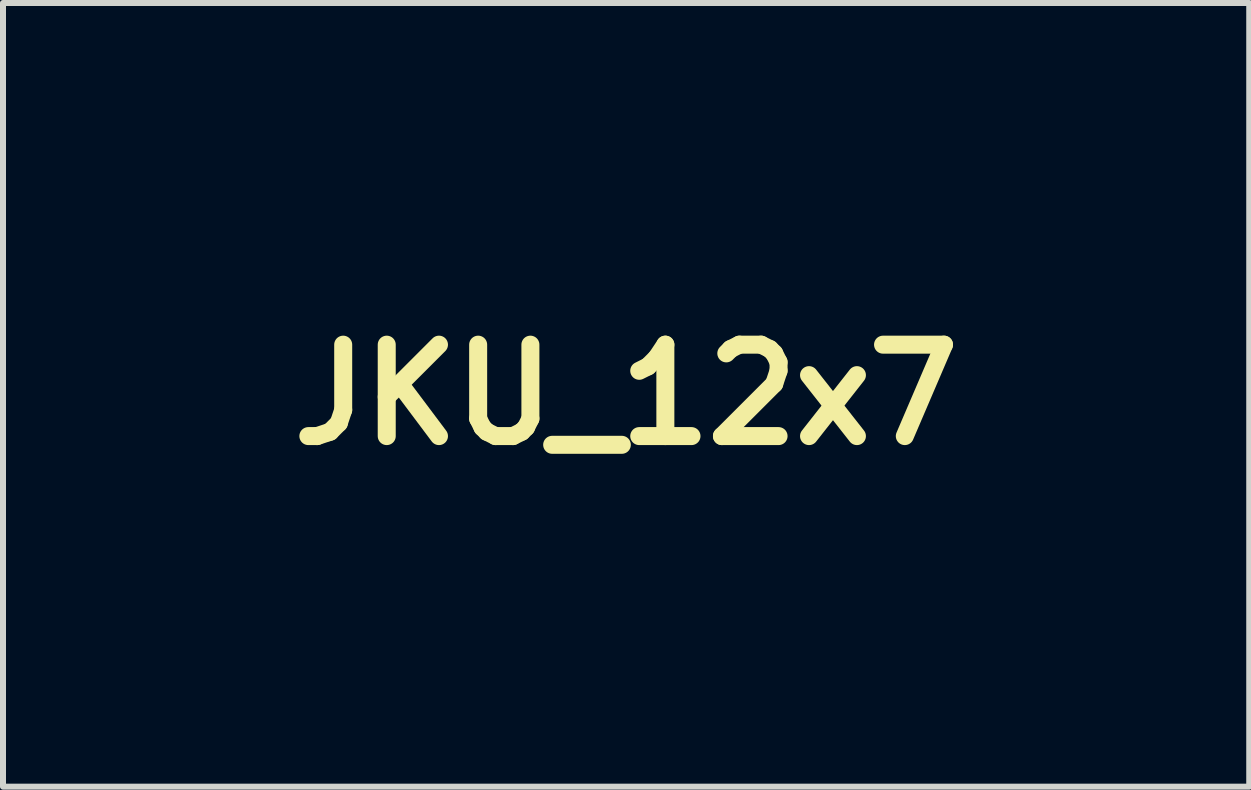
<source format=kicad_pcb>
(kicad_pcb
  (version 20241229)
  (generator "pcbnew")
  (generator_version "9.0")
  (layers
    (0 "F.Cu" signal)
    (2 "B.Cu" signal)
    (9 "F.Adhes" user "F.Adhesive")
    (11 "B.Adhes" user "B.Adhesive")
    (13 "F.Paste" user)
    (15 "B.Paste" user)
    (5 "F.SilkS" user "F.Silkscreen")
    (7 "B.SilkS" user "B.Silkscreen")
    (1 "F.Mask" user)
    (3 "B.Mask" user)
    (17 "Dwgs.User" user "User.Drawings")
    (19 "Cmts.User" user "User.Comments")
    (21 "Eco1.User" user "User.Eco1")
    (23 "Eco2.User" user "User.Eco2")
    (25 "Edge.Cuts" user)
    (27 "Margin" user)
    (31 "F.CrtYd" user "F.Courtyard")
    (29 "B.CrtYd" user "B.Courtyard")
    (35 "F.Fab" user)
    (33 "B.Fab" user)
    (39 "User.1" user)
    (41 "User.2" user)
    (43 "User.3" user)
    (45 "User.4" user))
  (footprint "JKU_12x7"
    (layer "F.Cu")
    (at 7.388 3.53)
    (property "Reference" "JKU_12x7" (at 0 0 0) (layer "F.SilkS") (effects (font (size 1.524 1.524) (thickness 0.3))))
    (attr through_hole)
    (fp_poly (pts (xy 5.553 2.754) (xy 5.637 2.754) (xy 5.638 3.135) (xy 5.639 3.516) (xy 5.469 3.516) (xy 5.469 3.135) (xy 5.469 2.753) (xy 5.553 2.754)) (stroke (width 0.01) (type solid)) (fill yes) (layer "F.Mask"))
    (fp_poly (pts (xy -1.727 3.135) (xy -1.727 3.516) (xy -1.894 3.516) (xy -1.894 2.762) (xy -1.894 2.756) (xy -1.894 2.756) (xy -1.891 2.755) (xy -1.883 2.755) (xy -1.871 2.754) (xy -1.856 2.754) (xy -1.838 2.754) (xy -1.817 2.754) (xy -1.81 2.754) (xy -1.727 2.753) (xy -1.727 3.135)) (stroke (width 0.01) (type solid)) (fill yes) (layer "F.Mask"))
    (fp_poly (pts (xy 4.42 1.758) (xy 4.01 1.758) (xy 4.01 1.913) (xy 4.192 1.913) (xy 4.373 1.913) (xy 4.372 1.988) (xy 4.371 2.063) (xy 4.01 2.063) (xy 4.011 2.143) (xy 4.012 2.223) (xy 4.219 2.223) (xy 4.425 2.224) (xy 4.425 2.373) (xy 3.844 2.373) (xy 3.844 1.609) (xy 4.42 1.609) (xy 4.42 1.758)) (stroke (width 0.01) (type solid)) (fill yes) (layer "F.Mask"))
    (fp_poly (pts (xy -0.074 2.827) (xy -0.075 2.902) (xy -0.278 2.902) (xy -0.481 2.903) (xy -0.482 2.98) (xy -0.483 3.056) (xy -0.124 3.056) (xy -0.124 3.131) (xy -0.123 3.206) (xy -0.303 3.206) (xy -0.483 3.206) (xy -0.482 3.286) (xy -0.481 3.365) (xy -0.068 3.367) (xy -0.068 3.516) (xy -0.649 3.516) (xy -0.649 2.753) (xy -0.073 2.753) (xy -0.074 2.827)) (stroke (width 0.01) (type solid)) (fill yes) (layer "F.Mask"))
    (fp_poly (pts (xy 3.33 2.62) (xy 3.33 2.692) (xy 3.252 2.693) (xy 3.232 2.693) (xy 3.213 2.693) (xy 3.197 2.693) (xy 3.184 2.693) (xy 3.176 2.693) (xy 3.172 2.692) (xy 3.172 2.692) (xy 3.171 2.689) (xy 3.171 2.681) (xy 3.17 2.668) (xy 3.17 2.652) (xy 3.17 2.633) (xy 3.17 2.619) (xy 3.171 2.547) (xy 3.329 2.547) (xy 3.33 2.62)) (stroke (width 0.01) (type solid)) (fill yes) (layer "F.Mask"))
    (fp_poly (pts (xy 3.016 2.546) (xy 3.095 2.547) (xy 3.095 2.62) (xy 3.096 2.694) (xy 3.017 2.694) (xy 2.997 2.694) (xy 2.978 2.694) (xy 2.962 2.693) (xy 2.95 2.693) (xy 2.941 2.693) (xy 2.938 2.692) (xy 2.938 2.692) (xy 2.938 2.689) (xy 2.938 2.681) (xy 2.938 2.669) (xy 2.937 2.654) (xy 2.937 2.636) (xy 2.937 2.618) (xy 2.937 2.546) (xy 3.016 2.546)) (stroke (width 0.01) (type solid)) (fill yes) (layer "F.Mask"))
    (fp_poly (pts (xy 1.837 1.609) (xy 1.837 1.758) (xy 1.428 1.758) (xy 1.428 1.913) (xy 1.789 1.913) (xy 1.789 1.988) (xy 1.788 2.063) (xy 1.608 2.063) (xy 1.428 2.063) (xy 1.429 2.143) (xy 1.429 2.223) (xy 1.635 2.223) (xy 1.841 2.224) (xy 1.843 2.298) (xy 1.843 2.317) (xy 1.843 2.335) (xy 1.844 2.35) (xy 1.844 2.362) (xy 1.843 2.37) (xy 1.843 2.372) (xy 1.84 2.372) (xy 1.832 2.373) (xy 1.819 2.373) (xy 1.801 2.373) (xy 1.78 2.373) (xy 1.754 2.373) (xy 1.725 2.373) (xy 1.693 2.373) (xy 1.659 2.373) (xy 1.622 2.373) (xy 1.583 2.373) (xy 1.552 2.373) (xy 1.262 2.373) (xy 1.262 1.607) (xy 1.837 1.609)) (stroke (width 0.01) (type solid)) (fill yes) (layer "F.Mask"))
    (fp_poly (pts (xy 5.484 1.914) (xy 5.485 2.22) (xy 5.865 2.22) (xy 5.865 2.373) (xy 5.591 2.373) (xy 5.552 2.373) (xy 5.515 2.373) (xy 5.48 2.373) (xy 5.447 2.373) (xy 5.417 2.373) (xy 5.39 2.373) (xy 5.367 2.373) (xy 5.348 2.373) (xy 5.333 2.373) (xy 5.323 2.372) (xy 5.318 2.372) (xy 5.317 2.372) (xy 5.317 2.369) (xy 5.317 2.361) (xy 5.317 2.348) (xy 5.317 2.33) (xy 5.317 2.307) (xy 5.317 2.281) (xy 5.317 2.251) (xy 5.317 2.218) (xy 5.317 2.182) (xy 5.317 2.143) (xy 5.317 2.101) (xy 5.317 2.058) (xy 5.317 2.013) (xy 5.317 1.99) (xy 5.317 1.61) (xy 5.4 1.609) (xy 5.484 1.609) (xy 5.484 1.914)) (stroke (width 0.01) (type solid)) (fill yes) (layer "F.Mask"))
    (fp_poly (pts (xy -1.595 1.609) (xy -1.511 1.61) (xy -1.511 2.372) (xy -1.679 2.372) (xy -1.681 2.067) (xy -1.834 2.067) (xy -1.987 2.066) (xy -1.988 2.372) (xy -2.072 2.373) (xy -2.093 2.373) (xy -2.112 2.373) (xy -2.129 2.373) (xy -2.142 2.373) (xy -2.151 2.373) (xy -2.156 2.372) (xy -2.156 2.372) (xy -2.157 2.369) (xy -2.157 2.361) (xy -2.157 2.348) (xy -2.157 2.33) (xy -2.157 2.308) (xy -2.157 2.282) (xy -2.157 2.252) (xy -2.157 2.218) (xy -2.157 2.182) (xy -2.157 2.143) (xy -2.157 2.102) (xy -2.157 2.058) (xy -2.157 2.013) (xy -2.157 1.99) (xy -2.156 1.609) (xy -2.072 1.609) (xy -1.988 1.61) (xy -1.988 1.76) (xy -1.987 1.911) (xy -1.679 1.911) (xy -1.679 1.609) (xy -1.595 1.609)) (stroke (width 0.01) (type solid)) (fill yes) (layer "F.Mask"))
    (fp_poly (pts (xy 2.683 2.757) (xy 2.683 2.765) (xy 2.684 2.777) (xy 2.684 2.792) (xy 2.684 2.81) (xy 2.684 2.83) (xy 2.684 2.831) (xy 2.684 2.907) (xy 2.569 2.908) (xy 2.454 2.908) (xy 2.453 3.212) (xy 2.452 3.516) (xy 2.286 3.516) (xy 2.286 3.213) (xy 2.286 3.165) (xy 2.286 3.122) (xy 2.286 3.085) (xy 2.286 3.051) (xy 2.286 3.023) (xy 2.286 2.998) (xy 2.285 2.977) (xy 2.285 2.96) (xy 2.285 2.946) (xy 2.285 2.934) (xy 2.284 2.925) (xy 2.284 2.919) (xy 2.283 2.914) (xy 2.283 2.911) (xy 2.282 2.909) (xy 2.282 2.909) (xy 2.282 2.909) (xy 2.278 2.908) (xy 2.269 2.908) (xy 2.256 2.908) (xy 2.239 2.907) (xy 2.219 2.907) (xy 2.197 2.907) (xy 2.172 2.907) (xy 2.166 2.907) (xy 2.055 2.907) (xy 2.055 2.754) (xy 2.683 2.754) (xy 2.683 2.757)) (stroke (width 0.01) (type solid)) (fill yes) (layer "F.Mask"))
    (fp_poly (pts (xy 1.832 2.753) (xy 1.85 2.753) (xy 1.865 2.753) (xy 1.875 2.754) (xy 1.883 2.754) (xy 1.887 2.755) (xy 1.89 2.756) (xy 1.891 2.757) (xy 1.891 2.758) (xy 1.891 2.761) (xy 1.891 2.77) (xy 1.891 2.784) (xy 1.891 2.802) (xy 1.891 2.824) (xy 1.891 2.849) (xy 1.891 2.878) (xy 1.891 2.91) (xy 1.891 2.944) (xy 1.891 2.98) (xy 1.891 3.056) (xy 1.891 3.096) (xy 1.891 3.136) (xy 1.891 3.176) (xy 1.891 3.292) (xy 1.891 3.328) (xy 1.891 3.362) (xy 1.891 3.393) (xy 1.891 3.422) (xy 1.891 3.447) (xy 1.891 3.469) (xy 1.891 3.486) (xy 1.891 3.5) (xy 1.891 3.508) (xy 1.891 3.511) (xy 1.891 3.512) (xy 1.89 3.514) (xy 1.888 3.515) (xy 1.883 3.515) (xy 1.877 3.516) (xy 1.867 3.516) (xy 1.853 3.516) (xy 1.835 3.516) (xy 1.813 3.516) (xy 1.724 3.516) (xy 1.724 3.135) (xy 1.724 2.753) (xy 1.808 2.753) (xy 1.832 2.753)) (stroke (width 0.01) (type solid)) (fill yes) (layer "F.Mask"))
    (fp_poly (pts (xy 4.844 2.754) (xy 4.926 2.754) (xy 4.929 3.363) (xy 5.309 3.363) (xy 5.308 3.439) (xy 5.307 3.515) (xy 5.034 3.516) (xy 4.995 3.516) (xy 4.958 3.516) (xy 4.923 3.516) (xy 4.891 3.516) (xy 4.861 3.516) (xy 4.834 3.516) (xy 4.811 3.515) (xy 4.792 3.515) (xy 4.777 3.515) (xy 4.767 3.515) (xy 4.762 3.515) (xy 4.761 3.514) (xy 4.761 3.511) (xy 4.761 3.502) (xy 4.761 3.489) (xy 4.761 3.471) (xy 4.761 3.449) (xy 4.761 3.424) (xy 4.761 3.395) (xy 4.761 3.363) (xy 4.761 3.329) (xy 4.761 3.293) (xy 4.761 3.256) (xy 4.761 3.217) (xy 4.761 3.177) (xy 4.761 3.137) (xy 4.761 3.097) (xy 4.761 3.057) (xy 4.761 3.019) (xy 4.761 2.85) (xy 4.761 2.824) (xy 4.761 2.801) (xy 4.761 2.783) (xy 4.761 2.769) (xy 4.761 2.76) (xy 4.761 2.756) (xy 4.761 2.756) (xy 4.764 2.755) (xy 4.772 2.754) (xy 4.786 2.754) (xy 4.805 2.754) (xy 4.828 2.754) (xy 4.844 2.754)) (stroke (width 0.01) (type solid)) (fill yes) (layer "F.Mask"))
    (fp_poly (pts (xy 4.198 2.907) (xy 4.086 2.907) (xy 4.062 2.907) (xy 4.039 2.907) (xy 4.018 2.907) (xy 4 2.907) (xy 3.986 2.908) (xy 3.976 2.908) (xy 3.97 2.908) (xy 3.97 2.908) (xy 3.969 2.909) (xy 3.969 2.91) (xy 3.968 2.913) (xy 3.967 2.916) (xy 3.967 2.921) (xy 3.967 2.929) (xy 3.966 2.938) (xy 3.966 2.95) (xy 3.966 2.965) (xy 3.966 2.983) (xy 3.965 3.005) (xy 3.965 3.031) (xy 3.965 3.06) (xy 3.965 3.094) (xy 3.965 3.133) (xy 3.965 3.178) (xy 3.965 3.213) (xy 3.965 3.515) (xy 3.882 3.516) (xy 3.799 3.517) (xy 3.798 3.212) (xy 3.797 2.908) (xy 3.686 2.908) (xy 3.661 2.907) (xy 3.638 2.907) (xy 3.618 2.907) (xy 3.6 2.907) (xy 3.586 2.907) (xy 3.576 2.907) (xy 3.571 2.907) (xy 3.571 2.907) (xy 3.57 2.906) (xy 3.569 2.902) (xy 3.568 2.894) (xy 3.568 2.883) (xy 3.567 2.868) (xy 3.567 2.847) (xy 3.567 2.831) (xy 3.567 2.807) (xy 3.568 2.788) (xy 3.568 2.774) (xy 3.568 2.764) (xy 3.569 2.758) (xy 3.57 2.755) (xy 3.571 2.754) (xy 3.574 2.754) (xy 3.583 2.754) (xy 3.596 2.754) (xy 3.614 2.754) (xy 3.636 2.754) (xy 3.662 2.754) (xy 3.692 2.754) (xy 3.724 2.754) (xy 3.759 2.754) (xy 3.797 2.754) (xy 3.837 2.754) (xy 3.878 2.754) (xy 3.886 2.754) (xy 4.198 2.754) (xy 4.198 2.907)) (stroke (width 0.01) (type solid)) (fill yes) (layer "F.Mask"))
    (fp_poly (pts (xy 6.556 1.758) (xy 6.352 1.759) (xy 6.148 1.76) (xy 6.147 1.837) (xy 6.147 1.913) (xy 6.508 1.913) (xy 6.507 1.988) (xy 6.507 2.063) (xy 6.327 2.064) (xy 6.148 2.064) (xy 6.147 2.141) (xy 6.147 2.218) (xy 6.153 2.221) (xy 6.157 2.221) (xy 6.166 2.222) (xy 6.18 2.222) (xy 6.198 2.223) (xy 6.22 2.223) (xy 6.245 2.223) (xy 6.274 2.223) (xy 6.305 2.224) (xy 6.338 2.224) (xy 6.36 2.224) (xy 6.56 2.224) (xy 6.562 2.297) (xy 6.562 2.317) (xy 6.562 2.335) (xy 6.562 2.35) (xy 6.562 2.362) (xy 6.562 2.37) (xy 6.562 2.372) (xy 6.559 2.372) (xy 6.551 2.373) (xy 6.538 2.373) (xy 6.52 2.373) (xy 6.498 2.373) (xy 6.473 2.373) (xy 6.444 2.373) (xy 6.412 2.373) (xy 6.377 2.373) (xy 6.341 2.373) (xy 6.302 2.373) (xy 6.272 2.373) (xy 6.223 2.373) (xy 6.18 2.373) (xy 6.142 2.373) (xy 6.109 2.373) (xy 6.08 2.373) (xy 6.056 2.373) (xy 6.035 2.373) (xy 6.019 2.372) (xy 6.005 2.372) (xy 5.995 2.372) (xy 5.988 2.371) (xy 5.984 2.371) (xy 5.982 2.37) (xy 5.982 2.37) (xy 5.981 2.367) (xy 5.981 2.358) (xy 5.981 2.345) (xy 5.981 2.327) (xy 5.981 2.304) (xy 5.981 2.278) (xy 5.981 2.248) (xy 5.981 2.214) (xy 5.981 2.178) (xy 5.981 2.138) (xy 5.981 2.097) (xy 5.981 2.054) (xy 5.981 2.008) (xy 5.981 1.988) (xy 5.982 1.61) (xy 6.556 1.609) (xy 6.556 1.758)) (stroke (width 0.01) (type solid)) (fill yes) (layer "F.Mask"))
    (fp_poly (pts (xy -3.234 1.872) (xy -3.234 1.918) (xy -3.234 1.96) (xy -3.234 1.996) (xy -3.235 2.028) (xy -3.235 2.056) (xy -3.235 2.08) (xy -3.235 2.101) (xy -3.236 2.119) (xy -3.236 2.134) (xy -3.237 2.147) (xy -3.238 2.159) (xy -3.239 2.168) (xy -3.24 2.177) (xy -3.242 2.185) (xy -3.244 2.193) (xy -3.245 2.201) (xy -3.247 2.208) (xy -3.255 2.233) (xy -3.267 2.258) (xy -3.282 2.282) (xy -3.298 2.303) (xy -3.299 2.304) (xy -3.325 2.328) (xy -3.352 2.347) (xy -3.381 2.362) (xy -3.413 2.372) (xy -3.449 2.379) (xy -3.451 2.379) (xy -3.468 2.381) (xy -3.481 2.382) (xy -3.493 2.383) (xy -3.506 2.383) (xy -3.52 2.382) (xy -3.529 2.382) (xy -3.554 2.38) (xy -3.576 2.377) (xy -3.596 2.372) (xy -3.612 2.367) (xy -3.628 2.361) (xy -3.646 2.353) (xy -3.664 2.344) (xy -3.681 2.334) (xy -3.695 2.325) (xy -3.699 2.322) (xy -3.707 2.315) (xy -3.717 2.307) (xy -3.727 2.297) (xy -3.737 2.288) (xy -3.745 2.279) (xy -3.751 2.273) (xy -3.753 2.269) (xy -3.754 2.269) (xy -3.752 2.266) (xy -3.747 2.26) (xy -3.739 2.251) (xy -3.729 2.24) (xy -3.718 2.227) (xy -3.706 2.213) (xy -3.694 2.2) (xy -3.682 2.187) (xy -3.671 2.175) (xy -3.661 2.165) (xy -3.659 2.162) (xy -3.652 2.156) (xy -3.648 2.153) (xy -3.646 2.153) (xy -3.644 2.155) (xy -3.644 2.156) (xy -3.639 2.161) (xy -3.632 2.169) (xy -3.621 2.178) (xy -3.609 2.187) (xy -3.597 2.196) (xy -3.586 2.204) (xy -3.578 2.208) (xy -3.553 2.219) (xy -3.529 2.225) (xy -3.505 2.227) (xy -3.483 2.224) (xy -3.463 2.217) (xy -3.445 2.206) (xy -3.431 2.191) (xy -3.423 2.178) (xy -3.42 2.173) (xy -3.418 2.169) (xy -3.416 2.165) (xy -3.415 2.16) (xy -3.413 2.155) (xy -3.412 2.148) (xy -3.411 2.141) (xy -3.41 2.131) (xy -3.41 2.12) (xy -3.409 2.106) (xy -3.409 2.089) (xy -3.408 2.068) (xy -3.408 2.045) (xy -3.408 2.017) (xy -3.408 1.985) (xy -3.407 1.949) (xy -3.407 1.907) (xy -3.407 1.873) (xy -3.406 1.609) (xy -3.234 1.609) (xy -3.234 1.872)) (stroke (width 0.01) (type solid)) (fill yes) (layer "F.Mask"))
    (fp_poly (pts (xy -2.804 2.753) (xy -2.8 2.753) (xy -2.791 2.754) (xy -2.778 2.754) (xy -2.762 2.754) (xy -2.743 2.754) (xy -2.725 2.754) (xy -2.651 2.754) (xy -2.636 2.775) (xy -2.627 2.786) (xy -2.617 2.8) (xy -2.606 2.813) (xy -2.6 2.822) (xy -2.591 2.833) (xy -2.583 2.844) (xy -2.577 2.852) (xy -2.574 2.856) (xy -2.544 2.895) (xy -2.515 2.933) (xy -2.487 2.97) (xy -2.461 3.004) (xy -2.437 3.037) (xy -2.414 3.066) (xy -2.394 3.092) (xy -2.377 3.115) (xy -2.363 3.133) (xy -2.352 3.148) (xy -2.34 3.164) (xy -2.329 3.178) (xy -2.32 3.19) (xy -2.313 3.198) (xy -2.313 3.198) (xy -2.299 3.218) (xy -2.297 2.986) (xy -2.296 2.754) (xy -2.213 2.754) (xy -2.131 2.753) (xy -2.131 3.135) (xy -2.131 3.516) (xy -2.274 3.516) (xy -2.295 3.487) (xy -2.304 3.475) (xy -2.313 3.464) (xy -2.32 3.455) (xy -2.325 3.449) (xy -2.33 3.442) (xy -2.334 3.438) (xy -2.334 3.437) (xy -2.336 3.434) (xy -2.339 3.43) (xy -2.346 3.421) (xy -2.352 3.414) (xy -2.357 3.407) (xy -2.361 3.4) (xy -2.368 3.392) (xy -2.374 3.384) (xy -2.376 3.381) (xy -2.381 3.374) (xy -2.39 3.364) (xy -2.401 3.349) (xy -2.414 3.332) (xy -2.429 3.313) (xy -2.445 3.292) (xy -2.462 3.269) (xy -2.463 3.268) (xy -2.475 3.252) (xy -2.488 3.235) (xy -2.5 3.219) (xy -2.51 3.205) (xy -2.519 3.194) (xy -2.519 3.193) (xy -2.53 3.18) (xy -2.541 3.164) (xy -2.552 3.15) (xy -2.557 3.144) (xy -2.565 3.134) (xy -2.571 3.125) (xy -2.576 3.119) (xy -2.577 3.117) (xy -2.58 3.114) (xy -2.586 3.106) (xy -2.593 3.097) (xy -2.602 3.085) (xy -2.611 3.073) (xy -2.621 3.061) (xy -2.628 3.051) (xy -2.642 3.033) (xy -2.642 3.516) (xy -2.808 3.516) (xy -2.808 3.134) (xy -2.808 3.079) (xy -2.808 3.03) (xy -2.808 2.986) (xy -2.808 2.947) (xy -2.808 2.913) (xy -2.808 2.882) (xy -2.808 2.856) (xy -2.808 2.833) (xy -2.807 2.814) (xy -2.807 2.798) (xy -2.807 2.785) (xy -2.807 2.775) (xy -2.806 2.767) (xy -2.806 2.761) (xy -2.805 2.757) (xy -2.805 2.754) (xy -2.804 2.753) (xy -2.804 2.753) (xy -2.804 2.753)) (stroke (width 0.01) (type solid)) (fill yes) (layer "F.Mask"))
    (fp_poly (pts (xy 4.8 1.61) (xy 4.832 1.61) (xy 4.859 1.61) (xy 4.881 1.61) (xy 4.9 1.611) (xy 4.915 1.611) (xy 4.928 1.611) (xy 4.939 1.612) (xy 4.947 1.612) (xy 4.954 1.613) (xy 4.961 1.614) (xy 4.967 1.615) (xy 4.967 1.615) (xy 5.009 1.625) (xy 5.046 1.639) (xy 5.079 1.657) (xy 5.109 1.679) (xy 5.134 1.704) (xy 5.136 1.707) (xy 5.147 1.722) (xy 5.158 1.741) (xy 5.168 1.762) (xy 5.177 1.783) (xy 5.181 1.798) (xy 5.185 1.816) (xy 5.188 1.838) (xy 5.189 1.861) (xy 5.19 1.885) (xy 5.189 1.906) (xy 5.187 1.921) (xy 5.183 1.943) (xy 5.177 1.966) (xy 5.169 1.988) (xy 5.16 2.006) (xy 5.157 2.012) (xy 5.147 2.027) (xy 5.133 2.044) (xy 5.118 2.06) (xy 5.102 2.075) (xy 5.091 2.084) (xy 5.077 2.093) (xy 5.059 2.104) (xy 5.039 2.113) (xy 5.019 2.121) (xy 5.011 2.125) (xy 4.992 2.13) (xy 4.972 2.135) (xy 4.949 2.138) (xy 4.923 2.141) (xy 4.894 2.143) (xy 4.86 2.144) (xy 4.821 2.145) (xy 4.815 2.145) (xy 4.755 2.145) (xy 4.756 2.258) (xy 4.756 2.372) (xy 4.672 2.373) (xy 4.647 2.373) (xy 4.627 2.373) (xy 4.612 2.373) (xy 4.601 2.372) (xy 4.593 2.372) (xy 4.589 2.371) (xy 4.587 2.37) (xy 4.587 2.37) (xy 4.587 2.367) (xy 4.587 2.358) (xy 4.587 2.345) (xy 4.587 2.327) (xy 4.587 2.304) (xy 4.587 2.278) (xy 4.587 2.248) (xy 4.587 2.214) (xy 4.587 2.178) (xy 4.587 2.138) (xy 4.587 2.097) (xy 4.587 2.054) (xy 4.587 2.008) (xy 4.587 1.988) (xy 4.587 1.761) (xy 4.755 1.761) (xy 4.755 1.996) (xy 4.837 1.995) (xy 4.863 1.994) (xy 4.884 1.993) (xy 4.901 1.993) (xy 4.914 1.992) (xy 4.924 1.991) (xy 4.931 1.989) (xy 4.932 1.989) (xy 4.957 1.979) (xy 4.978 1.965) (xy 4.996 1.948) (xy 5.008 1.928) (xy 5.017 1.905) (xy 5.02 1.881) (xy 5.019 1.857) (xy 5.012 1.833) (xy 5.002 1.812) (xy 4.987 1.795) (xy 4.967 1.781) (xy 4.943 1.77) (xy 4.922 1.765) (xy 4.912 1.764) (xy 4.898 1.762) (xy 4.88 1.762) (xy 4.858 1.761) (xy 4.831 1.761) (xy 4.755 1.761) (xy 4.587 1.761) (xy 4.588 1.61) (xy 4.764 1.61) (xy 4.8 1.61)) (stroke (width 0.01) (type solid)) (fill yes) (layer "F.Mask"))
    (fp_poly (pts (xy 6.55 3.134) (xy 6.549 3.515) (xy 6.478 3.516) (xy 6.407 3.517) (xy 6.381 3.483) (xy 6.373 3.472) (xy 6.361 3.457) (xy 6.348 3.439) (xy 6.334 3.421) (xy 6.319 3.402) (xy 6.308 3.387) (xy 6.289 3.362) (xy 6.271 3.338) (xy 6.254 3.316) (xy 6.24 3.297) (xy 6.227 3.281) (xy 6.217 3.268) (xy 6.21 3.259) (xy 6.206 3.254) (xy 6.202 3.248) (xy 6.196 3.24) (xy 6.195 3.238) (xy 6.19 3.232) (xy 6.183 3.222) (xy 6.174 3.211) (xy 6.171 3.207) (xy 6.165 3.199) (xy 6.156 3.187) (xy 6.144 3.173) (xy 6.132 3.156) (xy 6.118 3.138) (xy 6.104 3.119) (xy 6.101 3.116) (xy 6.086 3.095) (xy 6.073 3.078) (xy 6.063 3.065) (xy 6.055 3.055) (xy 6.05 3.047) (xy 6.046 3.042) (xy 6.043 3.039) (xy 6.041 3.038) (xy 6.04 3.037) (xy 6.039 3.037) (xy 6.039 3.037) (xy 6.039 3.039) (xy 6.038 3.047) (xy 6.038 3.06) (xy 6.038 3.077) (xy 6.037 3.099) (xy 6.037 3.124) (xy 6.037 3.152) (xy 6.037 3.182) (xy 6.037 3.215) (xy 6.037 3.251) (xy 6.037 3.276) (xy 6.037 3.515) (xy 5.955 3.516) (xy 5.934 3.517) (xy 5.915 3.517) (xy 5.899 3.517) (xy 5.886 3.517) (xy 5.877 3.516) (xy 5.873 3.516) (xy 5.873 3.516) (xy 5.873 3.513) (xy 5.873 3.504) (xy 5.873 3.491) (xy 5.873 3.473) (xy 5.873 3.451) (xy 5.873 3.424) (xy 5.873 3.394) (xy 5.873 3.361) (xy 5.873 3.325) (xy 5.873 3.286) (xy 5.873 3.244) (xy 5.873 3.201) (xy 5.873 3.156) (xy 5.873 3.134) (xy 5.873 2.754) (xy 5.95 2.754) (xy 6.027 2.755) (xy 6.034 2.762) (xy 6.037 2.766) (xy 6.04 2.77) (xy 6.044 2.775) (xy 6.05 2.781) (xy 6.056 2.79) (xy 6.065 2.801) (xy 6.075 2.815) (xy 6.089 2.833) (xy 6.098 2.845) (xy 6.11 2.861) (xy 6.123 2.879) (xy 6.136 2.895) (xy 6.146 2.909) (xy 6.155 2.92) (xy 6.157 2.923) (xy 6.167 2.936) (xy 6.178 2.951) (xy 6.188 2.964) (xy 6.193 2.971) (xy 6.201 2.981) (xy 6.207 2.989) (xy 6.211 2.994) (xy 6.212 2.996) (xy 6.214 2.998) (xy 6.218 3.003) (xy 6.223 3.01) (xy 6.231 3.02) (xy 6.241 3.033) (xy 6.254 3.05) (xy 6.269 3.071) (xy 6.288 3.096) (xy 6.29 3.099) (xy 6.302 3.114) (xy 6.313 3.128) (xy 6.322 3.14) (xy 6.329 3.149) (xy 6.333 3.155) (xy 6.335 3.156) (xy 6.337 3.16) (xy 6.343 3.167) (xy 6.349 3.176) (xy 6.353 3.181) (xy 6.36 3.191) (xy 6.368 3.2) (xy 6.373 3.207) (xy 6.375 3.209) (xy 6.379 3.214) (xy 6.382 3.219) (xy 6.382 3.219) (xy 6.382 3.216) (xy 6.382 3.209) (xy 6.382 3.196) (xy 6.382 3.18) (xy 6.383 3.159) (xy 6.383 3.134) (xy 6.383 3.107) (xy 6.383 3.077) (xy 6.383 3.044) (xy 6.384 3.009) (xy 6.384 2.988) (xy 6.385 2.754) (xy 6.55 2.753) (xy 6.55 3.134)) (stroke (width 0.01) (type solid)) (fill yes) (layer "F.Mask"))
    (fp_poly (pts (xy 0.47 1.609) (xy 0.548 1.61) (xy 0.585 1.658) (xy 0.596 1.673) (xy 0.606 1.686) (xy 0.615 1.698) (xy 0.621 1.707) (xy 0.625 1.712) (xy 0.626 1.713) (xy 0.63 1.719) (xy 0.637 1.727) (xy 0.642 1.734) (xy 0.649 1.742) (xy 0.657 1.753) (xy 0.667 1.766) (xy 0.675 1.776) (xy 0.691 1.798) (xy 0.703 1.815) (xy 0.713 1.828) (xy 0.72 1.837) (xy 0.724 1.842) (xy 0.726 1.844) (xy 0.733 1.853) (xy 0.742 1.865) (xy 0.753 1.88) (xy 0.766 1.896) (xy 0.775 1.908) (xy 0.785 1.922) (xy 0.796 1.937) (xy 0.807 1.95) (xy 0.814 1.96) (xy 0.821 1.97) (xy 0.828 1.978) (xy 0.832 1.983) (xy 0.833 1.984) (xy 0.835 1.987) (xy 0.84 1.993) (xy 0.846 2.002) (xy 0.855 2.013) (xy 0.856 2.015) (xy 0.865 2.027) (xy 0.872 2.037) (xy 0.878 2.044) (xy 0.881 2.049) (xy 0.881 2.049) (xy 0.885 2.054) (xy 0.891 2.061) (xy 0.893 2.064) (xy 0.902 2.075) (xy 0.903 1.843) (xy 0.905 1.61) (xy 0.987 1.609) (xy 1.07 1.609) (xy 1.07 2.161) (xy 1.07 2.199) (xy 1.07 2.317) (xy 1.07 2.337) (xy 1.07 2.364) (xy 1.07 2.369) (xy 1.07 2.37) (xy 1.067 2.371) (xy 1.059 2.371) (xy 1.048 2.372) (xy 1.033 2.372) (xy 1.015 2.373) (xy 0.999 2.373) (xy 0.976 2.373) (xy 0.958 2.373) (xy 0.944 2.373) (xy 0.934 2.372) (xy 0.928 2.371) (xy 0.925 2.37) (xy 0.925 2.37) (xy 0.921 2.366) (xy 0.916 2.359) (xy 0.913 2.355) (xy 0.909 2.35) (xy 0.902 2.34) (xy 0.892 2.328) (xy 0.882 2.315) (xy 0.871 2.3) (xy 0.87 2.299) (xy 0.857 2.282) (xy 0.843 2.263) (xy 0.827 2.242) (xy 0.811 2.221) (xy 0.796 2.202) (xy 0.794 2.199) (xy 0.782 2.183) (xy 0.772 2.169) (xy 0.763 2.158) (xy 0.756 2.149) (xy 0.752 2.144) (xy 0.751 2.142) (xy 0.748 2.139) (xy 0.743 2.133) (xy 0.737 2.124) (xy 0.728 2.113) (xy 0.728 2.112) (xy 0.711 2.09) (xy 0.697 2.071) (xy 0.685 2.055) (xy 0.675 2.043) (xy 0.669 2.035) (xy 0.667 2.032) (xy 0.662 2.027) (xy 0.658 2.021) (xy 0.653 2.014) (xy 0.65 2.009) (xy 0.645 2.003) (xy 0.637 1.993) (xy 0.627 1.98) (xy 0.616 1.966) (xy 0.605 1.951) (xy 0.595 1.938) (xy 0.586 1.926) (xy 0.583 1.921) (xy 0.575 1.911) (xy 0.568 1.902) (xy 0.563 1.896) (xy 0.561 1.894) (xy 0.561 1.897) (xy 0.56 1.905) (xy 0.56 1.917) (xy 0.56 1.935) (xy 0.559 1.956) (xy 0.559 1.981) (xy 0.559 2.009) (xy 0.559 2.039) (xy 0.559 2.072) (xy 0.559 2.108) (xy 0.559 2.134) (xy 0.559 2.373) (xy 0.476 2.373) (xy 0.455 2.373) (xy 0.436 2.373) (xy 0.419 2.373) (xy 0.406 2.373) (xy 0.397 2.373) (xy 0.392 2.372) (xy 0.392 2.372) (xy 0.392 2.369) (xy 0.392 2.361) (xy 0.392 2.348) (xy 0.392 2.33) (xy 0.392 2.308) (xy 0.391 2.282) (xy 0.391 2.252) (xy 0.391 2.218) (xy 0.391 2.182) (xy 0.391 2.143) (xy 0.391 2.102) (xy 0.391 2.058) (xy 0.392 2.013) (xy 0.392 1.99) (xy 0.392 1.609) (xy 0.47 1.609)) (stroke (width 0.01) (type solid)) (fill yes) (layer "F.Mask"))
    (fp_poly (pts (xy -2.66 1.598) (xy -2.639 1.6) (xy -2.625 1.601) (xy -2.578 1.611) (xy -2.534 1.625) (xy -2.492 1.644) (xy -2.452 1.668) (xy -2.417 1.696) (xy -2.398 1.714) (xy -2.367 1.75) (xy -2.341 1.788) (xy -2.32 1.828) (xy -2.304 1.872) (xy -2.293 1.917) (xy -2.287 1.966) (xy -2.287 1.969) (xy -2.287 1.987) (xy -2.287 2.008) (xy -2.289 2.029) (xy -2.291 2.049) (xy -2.293 2.066) (xy -2.295 2.073) (xy -2.3 2.093) (xy -2.304 2.108) (xy -2.308 2.121) (xy -2.312 2.132) (xy -2.316 2.142) (xy -2.321 2.153) (xy -2.327 2.166) (xy -2.35 2.206) (xy -2.377 2.242) (xy -2.408 2.275) (xy -2.442 2.305) (xy -2.481 2.33) (xy -2.522 2.351) (xy -2.565 2.367) (xy -2.58 2.371) (xy -2.609 2.377) (xy -2.643 2.382) (xy -2.678 2.384) (xy -2.713 2.384) (xy -2.746 2.382) (xy -2.753 2.382) (xy -2.763 2.38) (xy -2.775 2.378) (xy -2.79 2.375) (xy -2.804 2.371) (xy -2.818 2.368) (xy -2.83 2.364) (xy -2.839 2.362) (xy -2.843 2.36) (xy -2.848 2.357) (xy -2.855 2.355) (xy -2.857 2.354) (xy -2.871 2.349) (xy -2.887 2.34) (xy -2.905 2.33) (xy -2.924 2.319) (xy -2.941 2.307) (xy -2.957 2.295) (xy -2.966 2.288) (xy -2.978 2.276) (xy -2.992 2.262) (xy -3.005 2.247) (xy -3.017 2.232) (xy -3.027 2.22) (xy -3.033 2.211) (xy -3.055 2.173) (xy -3.071 2.136) (xy -3.083 2.099) (xy -3.091 2.061) (xy -3.095 2.021) (xy -3.096 1.992) (xy -3.095 1.973) (xy -2.92 1.973) (xy -2.92 2.008) (xy -2.915 2.042) (xy -2.907 2.075) (xy -2.904 2.083) (xy -2.899 2.094) (xy -2.893 2.106) (xy -2.887 2.118) (xy -2.88 2.128) (xy -2.875 2.137) (xy -2.871 2.141) (xy -2.87 2.142) (xy -2.868 2.145) (xy -2.867 2.146) (xy -2.865 2.15) (xy -2.86 2.156) (xy -2.852 2.163) (xy -2.843 2.172) (xy -2.834 2.18) (xy -2.825 2.187) (xy -2.82 2.191) (xy -2.811 2.196) (xy -2.798 2.203) (xy -2.785 2.21) (xy -2.773 2.215) (xy -2.767 2.218) (xy -2.747 2.223) (xy -2.723 2.227) (xy -2.697 2.229) (xy -2.672 2.229) (xy -2.649 2.226) (xy -2.643 2.225) (xy -2.609 2.215) (xy -2.578 2.201) (xy -2.55 2.182) (xy -2.525 2.158) (xy -2.504 2.131) (xy -2.487 2.101) (xy -2.474 2.067) (xy -2.466 2.031) (xy -2.465 2.027) (xy -2.463 1.991) (xy -2.465 1.956) (xy -2.473 1.921) (xy -2.484 1.888) (xy -2.501 1.858) (xy -2.517 1.835) (xy -2.539 1.812) (xy -2.561 1.794) (xy -2.587 1.778) (xy -2.617 1.765) (xy -2.627 1.761) (xy -2.643 1.757) (xy -2.663 1.754) (xy -2.684 1.753) (xy -2.706 1.753) (xy -2.726 1.754) (xy -2.74 1.757) (xy -2.776 1.767) (xy -2.807 1.782) (xy -2.836 1.802) (xy -2.861 1.826) (xy -2.883 1.855) (xy -2.896 1.879) (xy -2.908 1.908) (xy -2.916 1.94) (xy -2.92 1.973) (xy -3.095 1.973) (xy -3.094 1.952) (xy -3.09 1.914) (xy -3.081 1.879) (xy -3.069 1.844) (xy -3.056 1.816) (xy -3.041 1.787) (xy -3.024 1.762) (xy -3.005 1.737) (xy -2.985 1.716) (xy -2.951 1.685) (xy -2.914 1.659) (xy -2.875 1.637) (xy -2.833 1.62) (xy -2.787 1.607) (xy -2.767 1.603) (xy -2.751 1.601) (xy -2.73 1.599) (xy -2.707 1.598) (xy -2.683 1.598) (xy -2.66 1.598)) (stroke (width 0.01) (type solid)) (fill yes) (layer "F.Mask"))
    (fp_poly (pts (xy -3.531 2.975) (xy -3.531 3.019) (xy -3.531 3.058) (xy -3.53 3.092) (xy -3.53 3.121) (xy -3.53 3.146) (xy -3.529 3.168) (xy -3.529 3.187) (xy -3.528 3.202) (xy -3.527 3.215) (xy -3.527 3.227) (xy -3.525 3.236) (xy -3.524 3.244) (xy -3.522 3.251) (xy -3.521 3.258) (xy -3.52 3.26) (xy -3.516 3.271) (xy -3.511 3.283) (xy -3.505 3.296) (xy -3.5 3.306) (xy -3.496 3.312) (xy -3.495 3.313) (xy -3.492 3.317) (xy -3.491 3.319) (xy -3.489 3.322) (xy -3.484 3.327) (xy -3.476 3.334) (xy -3.472 3.337) (xy -3.455 3.349) (xy -3.437 3.359) (xy -3.429 3.362) (xy -3.419 3.365) (xy -3.411 3.368) (xy -3.403 3.369) (xy -3.394 3.37) (xy -3.382 3.371) (xy -3.366 3.371) (xy -3.365 3.371) (xy -3.343 3.37) (xy -3.324 3.369) (xy -3.309 3.365) (xy -3.294 3.36) (xy -3.279 3.352) (xy -3.277 3.351) (xy -3.269 3.346) (xy -3.26 3.338) (xy -3.251 3.33) (xy -3.243 3.323) (xy -3.237 3.316) (xy -3.234 3.312) (xy -3.234 3.311) (xy -3.233 3.307) (xy -3.232 3.307) (xy -3.229 3.304) (xy -3.225 3.296) (xy -3.22 3.286) (xy -3.215 3.274) (xy -3.211 3.262) (xy -3.208 3.251) (xy -3.207 3.247) (xy -3.206 3.243) (xy -3.205 3.239) (xy -3.204 3.233) (xy -3.204 3.226) (xy -3.203 3.218) (xy -3.203 3.207) (xy -3.203 3.194) (xy -3.202 3.178) (xy -3.202 3.159) (xy -3.202 3.136) (xy -3.202 3.109) (xy -3.202 3.078) (xy -3.201 3.041) (xy -3.201 3) (xy -3.201 2.997) (xy -3.201 2.961) (xy -3.201 2.927) (xy -3.201 2.895) (xy -3.201 2.865) (xy -3.201 2.838) (xy -3.201 2.814) (xy -3.2 2.794) (xy -3.2 2.778) (xy -3.2 2.766) (xy -3.2 2.76) (xy -3.2 2.759) (xy -3.2 2.757) (xy -3.199 2.756) (xy -3.197 2.755) (xy -3.193 2.754) (xy -3.186 2.754) (xy -3.176 2.753) (xy -3.163 2.753) (xy -3.145 2.753) (xy -3.122 2.753) (xy -3.034 2.753) (xy -3.034 3.003) (xy -3.035 3.253) (xy -3.042 3.282) (xy -3.046 3.298) (xy -3.05 3.314) (xy -3.055 3.329) (xy -3.057 3.334) (xy -3.061 3.345) (xy -3.064 3.354) (xy -3.066 3.359) (xy -3.066 3.36) (xy -3.069 3.368) (xy -3.075 3.379) (xy -3.083 3.392) (xy -3.093 3.406) (xy -3.103 3.419) (xy -3.113 3.431) (xy -3.121 3.439) (xy -3.15 3.465) (xy -3.182 3.486) (xy -3.217 3.502) (xy -3.256 3.515) (xy -3.286 3.521) (xy -3.296 3.522) (xy -3.309 3.523) (xy -3.325 3.525) (xy -3.342 3.526) (xy -3.36 3.526) (xy -3.376 3.527) (xy -3.39 3.527) (xy -3.401 3.527) (xy -3.408 3.527) (xy -3.409 3.526) (xy -3.414 3.526) (xy -3.422 3.524) (xy -3.434 3.523) (xy -3.44 3.522) (xy -3.46 3.518) (xy -3.483 3.513) (xy -3.505 3.506) (xy -3.526 3.498) (xy -3.542 3.491) (xy -3.575 3.471) (xy -3.604 3.447) (xy -3.63 3.419) (xy -3.652 3.387) (xy -3.67 3.351) (xy -3.683 3.313) (xy -3.683 3.312) (xy -3.685 3.303) (xy -3.687 3.294) (xy -3.689 3.285) (xy -3.691 3.276) (xy -3.692 3.266) (xy -3.693 3.255) (xy -3.694 3.242) (xy -3.695 3.227) (xy -3.696 3.21) (xy -3.696 3.19) (xy -3.696 3.166) (xy -3.697 3.139) (xy -3.697 3.108) (xy -3.697 3.073) (xy -3.697 3.032) (xy -3.697 2.992) (xy -3.697 2.753) (xy -3.531 2.753) (xy -3.531 2.975)) (stroke (width 0.01) (type solid)) (fill yes) (layer "F.Mask"))
    (fp_poly (pts (xy 0.182 2.754) (xy 0.203 2.754) (xy 0.227 2.754) (xy 0.255 2.754) (xy 0.285 2.754) (xy 0.316 2.754) (xy 0.337 2.754) (xy 0.377 2.755) (xy 0.411 2.755) (xy 0.441 2.755) (xy 0.466 2.755) (xy 0.487 2.755) (xy 0.505 2.755) (xy 0.52 2.756) (xy 0.531 2.756) (xy 0.541 2.757) (xy 0.549 2.758) (xy 0.555 2.759) (xy 0.556 2.759) (xy 0.597 2.768) (xy 0.634 2.781) (xy 0.666 2.798) (xy 0.694 2.818) (xy 0.718 2.842) (xy 0.738 2.87) (xy 0.753 2.901) (xy 0.764 2.936) (xy 0.766 2.945) (xy 0.769 2.962) (xy 0.77 2.982) (xy 0.771 3.004) (xy 0.77 3.026) (xy 0.769 3.047) (xy 0.767 3.064) (xy 0.767 3.065) (xy 0.757 3.101) (xy 0.743 3.133) (xy 0.724 3.162) (xy 0.701 3.188) (xy 0.673 3.21) (xy 0.64 3.23) (xy 0.632 3.234) (xy 0.61 3.244) (xy 0.644 3.294) (xy 0.653 3.306) (xy 0.661 3.319) (xy 0.67 3.331) (xy 0.679 3.344) (xy 0.688 3.358) (xy 0.699 3.374) (xy 0.712 3.393) (xy 0.726 3.414) (xy 0.743 3.438) (xy 0.762 3.467) (xy 0.766 3.473) (xy 0.775 3.485) (xy 0.783 3.497) (xy 0.789 3.505) (xy 0.793 3.51) (xy 0.794 3.511) (xy 0.795 3.513) (xy 0.795 3.514) (xy 0.791 3.515) (xy 0.785 3.515) (xy 0.775 3.516) (xy 0.761 3.516) (xy 0.743 3.516) (xy 0.72 3.516) (xy 0.693 3.516) (xy 0.597 3.515) (xy 0.577 3.485) (xy 0.57 3.474) (xy 0.563 3.463) (xy 0.557 3.455) (xy 0.555 3.451) (xy 0.555 3.451) (xy 0.552 3.448) (xy 0.547 3.44) (xy 0.54 3.429) (xy 0.531 3.415) (xy 0.52 3.398) (xy 0.507 3.38) (xy 0.494 3.36) (xy 0.493 3.359) (xy 0.434 3.271) (xy 0.305 3.271) (xy 0.305 3.516) (xy 0.135 3.516) (xy 0.135 3.135) (xy 0.135 3.079) (xy 0.136 3.029) (xy 0.136 3.012) (xy 0.305 3.012) (xy 0.305 3.036) (xy 0.305 3.059) (xy 0.305 3.079) (xy 0.305 3.096) (xy 0.306 3.109) (xy 0.306 3.118) (xy 0.307 3.122) (xy 0.307 3.122) (xy 0.31 3.123) (xy 0.318 3.123) (xy 0.33 3.124) (xy 0.346 3.124) (xy 0.365 3.124) (xy 0.387 3.124) (xy 0.4 3.124) (xy 0.426 3.124) (xy 0.446 3.124) (xy 0.463 3.124) (xy 0.476 3.123) (xy 0.487 3.123) (xy 0.495 3.122) (xy 0.502 3.121) (xy 0.509 3.12) (xy 0.515 3.118) (xy 0.539 3.111) (xy 0.558 3.1) (xy 0.574 3.087) (xy 0.586 3.07) (xy 0.591 3.062) (xy 0.595 3.054) (xy 0.597 3.047) (xy 0.599 3.04) (xy 0.599 3.031) (xy 0.6 3.018) (xy 0.6 3.013) (xy 0.599 2.998) (xy 0.599 2.988) (xy 0.597 2.98) (xy 0.595 2.973) (xy 0.592 2.966) (xy 0.581 2.949) (xy 0.566 2.934) (xy 0.548 2.922) (xy 0.543 2.919) (xy 0.534 2.915) (xy 0.524 2.912) (xy 0.513 2.91) (xy 0.501 2.908) (xy 0.486 2.906) (xy 0.468 2.905) (xy 0.447 2.905) (xy 0.42 2.904) (xy 0.394 2.904) (xy 0.305 2.904) (xy 0.305 3.012) (xy 0.136 3.012) (xy 0.136 2.983) (xy 0.136 2.943) (xy 0.136 2.907) (xy 0.136 2.876) (xy 0.136 2.849) (xy 0.136 2.825) (xy 0.136 2.806) (xy 0.137 2.79) (xy 0.137 2.777) (xy 0.137 2.768) (xy 0.138 2.761) (xy 0.138 2.757) (xy 0.139 2.755) (xy 0.139 2.754) (xy 0.142 2.754) (xy 0.151 2.754) (xy 0.164 2.754) (xy 0.182 2.754)) (stroke (width 0.01) (type solid)) (fill yes) (layer "F.Mask"))
    (fp_poly (pts (xy 6.86 1.609) (xy 6.889 1.609) (xy 6.918 1.609) (xy 6.948 1.609) (xy 6.977 1.61) (xy 7.006 1.61) (xy 7.033 1.61) (xy 7.058 1.611) (xy 7.081 1.611) (xy 7.101 1.612) (xy 7.118 1.613) (xy 7.131 1.613) (xy 7.139 1.614) (xy 7.14 1.614) (xy 7.181 1.623) (xy 7.218 1.636) (xy 7.251 1.653) (xy 7.28 1.674) (xy 7.305 1.698) (xy 7.325 1.725) (xy 7.341 1.756) (xy 7.352 1.79) (xy 7.358 1.827) (xy 7.36 1.867) (xy 7.359 1.881) (xy 7.356 1.914) (xy 7.349 1.943) (xy 7.339 1.972) (xy 7.334 1.983) (xy 7.317 2.011) (xy 7.297 2.036) (xy 7.272 2.058) (xy 7.269 2.06) (xy 7.257 2.069) (xy 7.244 2.078) (xy 7.231 2.085) (xy 7.219 2.092) (xy 7.209 2.096) (xy 7.204 2.097) (xy 7.2 2.098) (xy 7.199 2.1) (xy 7.201 2.103) (xy 7.205 2.109) (xy 7.211 2.118) (xy 7.217 2.129) (xy 7.225 2.139) (xy 7.231 2.15) (xy 7.237 2.158) (xy 7.241 2.163) (xy 7.241 2.163) (xy 7.243 2.167) (xy 7.248 2.174) (xy 7.255 2.183) (xy 7.263 2.195) (xy 7.265 2.199) (xy 7.275 2.213) (xy 7.285 2.227) (xy 7.294 2.241) (xy 7.301 2.251) (xy 7.301 2.251) (xy 7.307 2.261) (xy 7.312 2.268) (xy 7.315 2.273) (xy 7.315 2.273) (xy 7.317 2.277) (xy 7.318 2.278) (xy 7.322 2.283) (xy 7.328 2.292) (xy 7.336 2.303) (xy 7.345 2.315) (xy 7.353 2.328) (xy 7.362 2.34) (xy 7.369 2.352) (xy 7.376 2.361) (xy 7.38 2.368) (xy 7.381 2.371) (xy 7.381 2.371) (xy 7.378 2.372) (xy 7.37 2.372) (xy 7.358 2.373) (xy 7.342 2.373) (xy 7.323 2.373) (xy 7.301 2.373) (xy 7.283 2.373) (xy 7.187 2.373) (xy 7.171 2.35) (xy 7.166 2.343) (xy 7.159 2.332) (xy 7.149 2.317) (xy 7.137 2.299) (xy 7.124 2.279) (xy 7.109 2.258) (xy 7.095 2.236) (xy 7.089 2.228) (xy 7.023 2.129) (xy 6.957 2.129) (xy 6.892 2.128) (xy 6.892 2.373) (xy 6.809 2.373) (xy 6.788 2.373) (xy 6.769 2.373) (xy 6.752 2.373) (xy 6.739 2.373) (xy 6.73 2.373) (xy 6.726 2.372) (xy 6.725 2.372) (xy 6.725 2.369) (xy 6.725 2.361) (xy 6.725 2.348) (xy 6.725 2.33) (xy 6.725 2.307) (xy 6.725 2.281) (xy 6.725 2.251) (xy 6.725 2.218) (xy 6.725 2.182) (xy 6.725 2.143) (xy 6.725 2.101) (xy 6.725 1.86) (xy 6.725 1.82) (xy 6.725 1.782) (xy 6.725 1.761) (xy 6.892 1.761) (xy 6.892 1.981) (xy 6.977 1.981) (xy 7.002 1.981) (xy 7.025 1.981) (xy 7.046 1.98) (xy 7.064 1.98) (xy 7.078 1.979) (xy 7.086 1.978) (xy 7.113 1.972) (xy 7.136 1.962) (xy 7.156 1.949) (xy 7.171 1.932) (xy 7.182 1.913) (xy 7.188 1.891) (xy 7.19 1.867) (xy 7.186 1.842) (xy 7.183 1.833) (xy 7.174 1.812) (xy 7.16 1.795) (xy 7.142 1.781) (xy 7.13 1.775) (xy 7.121 1.771) (xy 7.111 1.768) (xy 7.101 1.766) (xy 7.089 1.764) (xy 7.074 1.763) (xy 7.057 1.762) (xy 7.036 1.761) (xy 7.01 1.761) (xy 6.983 1.761) (xy 6.892 1.761) (xy 6.725 1.761) (xy 6.725 1.748) (xy 6.725 1.716) (xy 6.725 1.688) (xy 6.725 1.664) (xy 6.725 1.644) (xy 6.725 1.628) (xy 6.725 1.618) (xy 6.725 1.612) (xy 6.725 1.611) (xy 6.728 1.611) (xy 6.736 1.61) (xy 6.748 1.61) (xy 6.765 1.609) (xy 6.785 1.609) (xy 6.808 1.609) (xy 6.833 1.609) (xy 6.86 1.609)) (stroke (width 0.01) (type solid)) (fill yes) (layer "F.Mask"))
    (fp_poly (pts (xy 3.129 1.609) (xy 3.213 1.61) (xy 3.214 1.775) (xy 3.215 1.94) (xy 3.228 1.926) (xy 3.236 1.918) (xy 3.246 1.907) (xy 3.257 1.895) (xy 3.262 1.889) (xy 3.272 1.879) (xy 3.284 1.866) (xy 3.297 1.852) (xy 3.311 1.837) (xy 3.318 1.83) (xy 3.33 1.816) (xy 3.343 1.803) (xy 3.355 1.79) (xy 3.364 1.78) (xy 3.369 1.775) (xy 3.379 1.764) (xy 3.39 1.751) (xy 3.402 1.739) (xy 3.404 1.737) (xy 3.414 1.726) (xy 3.425 1.714) (xy 3.434 1.704) (xy 3.436 1.702) (xy 3.444 1.693) (xy 3.454 1.682) (xy 3.466 1.67) (xy 3.473 1.662) (xy 3.484 1.651) (xy 3.495 1.639) (xy 3.504 1.629) (xy 3.509 1.623) (xy 3.523 1.609) (xy 3.623 1.609) (xy 3.647 1.609) (xy 3.669 1.609) (xy 3.688 1.609) (xy 3.703 1.61) (xy 3.714 1.61) (xy 3.721 1.611) (xy 3.723 1.611) (xy 3.721 1.614) (xy 3.715 1.621) (xy 3.707 1.63) (xy 3.696 1.642) (xy 3.683 1.655) (xy 3.669 1.67) (xy 3.653 1.686) (xy 3.652 1.687) (xy 3.644 1.696) (xy 3.633 1.707) (xy 3.621 1.72) (xy 3.607 1.734) (xy 3.594 1.747) (xy 3.571 1.771) (xy 3.551 1.792) (xy 3.534 1.81) (xy 3.519 1.826) (xy 3.505 1.84) (xy 3.493 1.853) (xy 3.48 1.866) (xy 3.467 1.879) (xy 3.458 1.889) (xy 3.446 1.901) (xy 3.435 1.913) (xy 3.427 1.922) (xy 3.421 1.929) (xy 3.418 1.933) (xy 3.418 1.933) (xy 3.419 1.936) (xy 3.424 1.943) (xy 3.431 1.953) (xy 3.44 1.965) (xy 3.45 1.979) (xy 3.452 1.982) (xy 3.463 1.996) (xy 3.473 2.01) (xy 3.482 2.023) (xy 3.489 2.032) (xy 3.493 2.038) (xy 3.493 2.039) (xy 3.498 2.046) (xy 3.502 2.051) (xy 3.503 2.052) (xy 3.505 2.054) (xy 3.51 2.061) (xy 3.517 2.07) (xy 3.526 2.082) (xy 3.533 2.093) (xy 3.544 2.107) (xy 3.557 2.125) (xy 3.573 2.146) (xy 3.589 2.168) (xy 3.606 2.191) (xy 3.623 2.214) (xy 3.639 2.236) (xy 3.654 2.255) (xy 3.665 2.27) (xy 3.672 2.279) (xy 3.678 2.288) (xy 3.682 2.294) (xy 3.683 2.294) (xy 3.686 2.299) (xy 3.692 2.307) (xy 3.7 2.317) (xy 3.709 2.329) (xy 3.713 2.335) (xy 3.722 2.347) (xy 3.729 2.357) (xy 3.735 2.365) (xy 3.737 2.37) (xy 3.738 2.371) (xy 3.734 2.372) (xy 3.727 2.372) (xy 3.715 2.373) (xy 3.699 2.373) (xy 3.682 2.373) (xy 3.662 2.373) (xy 3.642 2.373) (xy 3.621 2.373) (xy 3.601 2.373) (xy 3.583 2.373) (xy 3.566 2.373) (xy 3.553 2.372) (xy 3.543 2.372) (xy 3.538 2.372) (xy 3.538 2.371) (xy 3.534 2.368) (xy 3.528 2.36) (xy 3.518 2.347) (xy 3.506 2.33) (xy 3.491 2.309) (xy 3.487 2.304) (xy 3.48 2.293) (xy 3.47 2.281) (xy 3.46 2.266) (xy 3.449 2.252) (xy 3.439 2.237) (xy 3.429 2.223) (xy 3.42 2.212) (xy 3.413 2.202) (xy 3.409 2.196) (xy 3.407 2.194) (xy 3.405 2.191) (xy 3.4 2.184) (xy 3.393 2.175) (xy 3.388 2.168) (xy 3.379 2.155) (xy 3.369 2.141) (xy 3.36 2.129) (xy 3.357 2.125) (xy 3.349 2.115) (xy 3.34 2.101) (xy 3.33 2.088) (xy 3.323 2.079) (xy 3.315 2.068) (xy 3.308 2.06) (xy 3.303 2.054) (xy 3.301 2.052) (xy 3.298 2.054) (xy 3.292 2.059) (xy 3.283 2.068) (xy 3.273 2.078) (xy 3.261 2.091) (xy 3.257 2.095) (xy 3.216 2.137) (xy 3.215 2.255) (xy 3.213 2.372) (xy 3.129 2.373) (xy 3.045 2.374) (xy 3.045 1.99) (xy 3.045 1.607) (xy 3.129 1.609)) (stroke (width 0.01) (type solid)) (fill yes) (layer "F.Mask"))
    (fp_poly (pts (xy -0.321 1.61) (xy -0.301 1.635) (xy -0.293 1.646) (xy -0.286 1.656) (xy -0.28 1.664) (xy -0.277 1.668) (xy -0.273 1.674) (xy -0.269 1.677) (xy -0.267 1.681) (xy -0.262 1.687) (xy -0.254 1.697) (xy -0.245 1.71) (xy -0.234 1.723) (xy -0.223 1.738) (xy -0.213 1.752) (xy -0.202 1.766) (xy -0.198 1.772) (xy -0.19 1.782) (xy -0.183 1.791) (xy -0.18 1.795) (xy -0.173 1.804) (xy -0.166 1.813) (xy -0.165 1.815) (xy -0.154 1.829) (xy -0.142 1.845) (xy -0.13 1.861) (xy -0.117 1.878) (xy -0.105 1.894) (xy -0.093 1.909) (xy -0.083 1.922) (xy -0.075 1.933) (xy -0.069 1.941) (xy -0.066 1.944) (xy -0.061 1.95) (xy -0.059 1.953) (xy -0.059 1.953) (xy -0.058 1.957) (xy -0.056 1.959) (xy -0.052 1.963) (xy -0.047 1.97) (xy -0.04 1.979) (xy -0.039 1.981) (xy -0.027 1.996) (xy -0.017 2.01) (xy -0.006 2.023) (xy 0.001 2.033) (xy 0.01 2.044) (xy 0.018 2.055) (xy 0.023 2.061) (xy 0.028 2.068) (xy 0.033 2.073) (xy 0.035 2.074) (xy 0.035 2.072) (xy 0.035 2.064) (xy 0.035 2.051) (xy 0.036 2.034) (xy 0.036 2.012) (xy 0.036 1.988) (xy 0.036 1.96) (xy 0.036 1.929) (xy 0.037 1.897) (xy 0.037 1.862) (xy 0.037 1.845) (xy 0.037 1.809) (xy 0.037 1.776) (xy 0.037 1.744) (xy 0.037 1.714) (xy 0.037 1.688) (xy 0.037 1.664) (xy 0.037 1.645) (xy 0.037 1.63) (xy 0.037 1.619) (xy 0.037 1.613) (xy 0.037 1.612) (xy 0.038 1.611) (xy 0.042 1.61) (xy 0.049 1.61) (xy 0.06 1.609) (xy 0.075 1.609) (xy 0.095 1.609) (xy 0.119 1.609) (xy 0.2 1.609) (xy 0.201 1.99) (xy 0.201 2.045) (xy 0.201 2.095) (xy 0.201 2.14) (xy 0.201 2.18) (xy 0.201 2.215) (xy 0.201 2.246) (xy 0.201 2.273) (xy 0.201 2.296) (xy 0.201 2.315) (xy 0.201 2.331) (xy 0.2 2.344) (xy 0.2 2.354) (xy 0.2 2.362) (xy 0.199 2.367) (xy 0.199 2.37) (xy 0.198 2.372) (xy 0.198 2.372) (xy 0.194 2.372) (xy 0.186 2.373) (xy 0.173 2.373) (xy 0.157 2.373) (xy 0.139 2.373) (xy 0.126 2.373) (xy 0.058 2.373) (xy 0.039 2.349) (xy 0.032 2.339) (xy 0.026 2.33) (xy 0.021 2.325) (xy 0.02 2.323) (xy 0.017 2.32) (xy 0.013 2.314) (xy 0.01 2.31) (xy 0.006 2.304) (xy -0.002 2.295) (xy -0.011 2.283) (xy -0.021 2.269) (xy -0.032 2.255) (xy -0.033 2.254) (xy -0.046 2.237) (xy -0.06 2.218) (xy -0.076 2.197) (xy -0.092 2.176) (xy -0.107 2.157) (xy -0.109 2.153) (xy -0.121 2.138) (xy -0.131 2.124) (xy -0.14 2.113) (xy -0.147 2.104) (xy -0.151 2.098) (xy -0.153 2.097) (xy -0.155 2.094) (xy -0.16 2.088) (xy -0.166 2.08) (xy -0.166 2.08) (xy -0.172 2.071) (xy -0.178 2.064) (xy -0.181 2.06) (xy -0.186 2.054) (xy -0.188 2.051) (xy -0.19 2.047) (xy -0.196 2.04) (xy -0.203 2.03) (xy -0.211 2.019) (xy -0.219 2.009) (xy -0.227 1.999) (xy -0.232 1.992) (xy -0.236 1.988) (xy -0.236 1.988) (xy -0.238 1.985) (xy -0.243 1.978) (xy -0.251 1.968) (xy -0.26 1.956) (xy -0.271 1.942) (xy -0.272 1.939) (xy -0.283 1.926) (xy -0.292 1.913) (xy -0.3 1.904) (xy -0.305 1.897) (xy -0.308 1.894) (xy -0.308 1.894) (xy -0.309 1.897) (xy -0.309 1.905) (xy -0.309 1.917) (xy -0.31 1.935) (xy -0.31 1.956) (xy -0.31 1.981) (xy -0.31 2.009) (xy -0.31 2.039) (xy -0.31 2.073) (xy -0.31 2.108) (xy -0.31 2.134) (xy -0.31 2.373) (xy -0.477 2.373) (xy -0.477 1.99) (xy -0.477 1.607) (xy -0.321 1.61)) (stroke (width 0.01) (type solid)) (fill yes) (layer "F.Mask"))
    (fp_poly (pts (xy 7.048 2.754) (xy 7.089 2.754) (xy 7.129 2.754) (xy 7.167 2.754) (xy 7.202 2.754) (xy 7.235 2.754) (xy 7.264 2.754) (xy 7.291 2.754) (xy 7.313 2.754) (xy 7.331 2.754) (xy 7.345 2.754) (xy 7.354 2.754) (xy 7.358 2.754) (xy 7.358 2.754) (xy 7.359 2.757) (xy 7.36 2.764) (xy 7.36 2.776) (xy 7.36 2.789) (xy 7.36 2.805) (xy 7.36 2.822) (xy 7.36 2.838) (xy 7.36 2.854) (xy 7.359 2.867) (xy 7.359 2.877) (xy 7.358 2.884) (xy 7.358 2.886) (xy 7.355 2.888) (xy 7.349 2.895) (xy 7.341 2.904) (xy 7.332 2.915) (xy 7.325 2.923) (xy 7.314 2.937) (xy 7.302 2.95) (xy 7.292 2.961) (xy 7.285 2.97) (xy 7.282 2.973) (xy 7.273 2.983) (xy 7.264 2.994) (xy 7.258 3) (xy 7.251 3.009) (xy 7.245 3.016) (xy 7.242 3.02) (xy 7.236 3.027) (xy 7.231 3.032) (xy 7.228 3.036) (xy 7.222 3.043) (xy 7.213 3.054) (xy 7.202 3.066) (xy 7.19 3.08) (xy 7.182 3.089) (xy 7.17 3.104) (xy 7.158 3.117) (xy 7.148 3.129) (xy 7.141 3.138) (xy 7.135 3.144) (xy 7.134 3.145) (xy 7.129 3.152) (xy 7.123 3.158) (xy 7.118 3.164) (xy 7.111 3.172) (xy 7.104 3.18) (xy 7.089 3.198) (xy 7.074 3.215) (xy 7.06 3.232) (xy 7.046 3.248) (xy 7.033 3.263) (xy 7.023 3.275) (xy 7.014 3.285) (xy 7.009 3.291) (xy 7.008 3.292) (xy 7.003 3.298) (xy 6.995 3.307) (xy 6.987 3.317) (xy 6.985 3.319) (xy 6.978 3.327) (xy 6.972 3.334) (xy 6.968 3.338) (xy 6.968 3.339) (xy 6.964 3.343) (xy 6.959 3.349) (xy 6.954 3.356) (xy 6.949 3.362) (xy 6.946 3.367) (xy 6.945 3.368) (xy 6.948 3.368) (xy 6.956 3.368) (xy 6.969 3.369) (xy 6.986 3.369) (xy 7.007 3.369) (xy 7.031 3.369) (xy 7.059 3.37) (xy 7.089 3.37) (xy 7.121 3.37) (xy 7.153 3.37) (xy 7.36 3.37) (xy 7.36 3.516) (xy 6.725 3.516) (xy 6.725 3.45) (xy 6.725 3.432) (xy 6.726 3.415) (xy 6.726 3.401) (xy 6.727 3.391) (xy 6.727 3.385) (xy 6.728 3.383) (xy 6.73 3.381) (xy 6.736 3.375) (xy 6.743 3.366) (xy 6.753 3.356) (xy 6.758 3.35) (xy 6.768 3.338) (xy 6.778 3.326) (xy 6.786 3.317) (xy 6.791 3.31) (xy 6.793 3.309) (xy 6.798 3.303) (xy 6.806 3.294) (xy 6.814 3.284) (xy 6.817 3.281) (xy 6.825 3.272) (xy 6.832 3.263) (xy 6.837 3.257) (xy 6.838 3.256) (xy 6.843 3.249) (xy 6.847 3.246) (xy 6.849 3.243) (xy 6.855 3.236) (xy 6.864 3.226) (xy 6.876 3.212) (xy 6.89 3.196) (xy 6.906 3.177) (xy 6.924 3.156) (xy 6.944 3.133) (xy 6.965 3.109) (xy 6.979 3.092) (xy 7.001 3.067) (xy 7.021 3.043) (xy 7.04 3.021) (xy 7.057 3.001) (xy 7.072 2.983) (xy 7.085 2.968) (xy 7.096 2.956) (xy 7.103 2.947) (xy 7.108 2.942) (xy 7.109 2.941) (xy 7.112 2.937) (xy 7.118 2.931) (xy 7.124 2.923) (xy 7.131 2.916) (xy 7.136 2.909) (xy 7.14 2.904) (xy 7.14 2.903) (xy 7.137 2.903) (xy 7.13 2.902) (xy 7.117 2.902) (xy 7.1 2.902) (xy 7.079 2.902) (xy 7.055 2.902) (xy 7.028 2.901) (xy 6.998 2.901) (xy 6.966 2.901) (xy 6.94 2.901) (xy 6.907 2.901) (xy 6.876 2.901) (xy 6.847 2.901) (xy 6.82 2.901) (xy 6.796 2.901) (xy 6.776 2.901) (xy 6.76 2.901) (xy 6.748 2.9) (xy 6.741 2.9) (xy 6.739 2.9) (xy 6.739 2.897) (xy 6.739 2.889) (xy 6.739 2.877) (xy 6.739 2.862) (xy 6.739 2.844) (xy 6.739 2.826) (xy 6.74 2.753) (xy 7.048 2.754)) (stroke (width 0.01) (type solid)) (fill yes) (layer "F.Mask"))
    (fp_poly (pts (xy 2.253 1.601) (xy 2.259 1.601) (xy 2.302 1.604) (xy 2.342 1.609) (xy 2.379 1.618) (xy 2.414 1.63) (xy 2.45 1.647) (xy 2.486 1.668) (xy 2.488 1.669) (xy 2.502 1.678) (xy 2.512 1.685) (xy 2.519 1.691) (xy 2.522 1.695) (xy 2.522 1.7) (xy 2.521 1.703) (xy 2.516 1.711) (xy 2.512 1.718) (xy 2.509 1.722) (xy 2.507 1.724) (xy 2.502 1.731) (xy 2.496 1.74) (xy 2.488 1.751) (xy 2.486 1.754) (xy 2.478 1.766) (xy 2.471 1.776) (xy 2.466 1.784) (xy 2.463 1.788) (xy 2.462 1.788) (xy 2.459 1.792) (xy 2.454 1.799) (xy 2.449 1.807) (xy 2.438 1.823) (xy 2.423 1.814) (xy 2.41 1.805) (xy 2.4 1.799) (xy 2.392 1.794) (xy 2.383 1.789) (xy 2.373 1.784) (xy 2.368 1.782) (xy 2.338 1.768) (xy 2.308 1.758) (xy 2.279 1.751) (xy 2.251 1.748) (xy 2.226 1.748) (xy 2.202 1.752) (xy 2.182 1.759) (xy 2.165 1.769) (xy 2.152 1.783) (xy 2.148 1.789) (xy 2.146 1.796) (xy 2.144 1.805) (xy 2.143 1.812) (xy 2.144 1.83) (xy 2.15 1.846) (xy 2.161 1.86) (xy 2.165 1.864) (xy 2.171 1.868) (xy 2.178 1.873) (xy 2.186 1.877) (xy 2.196 1.881) (xy 2.207 1.886) (xy 2.222 1.891) (xy 2.24 1.896) (xy 2.261 1.903) (xy 2.287 1.91) (xy 2.318 1.919) (xy 2.328 1.922) (xy 2.37 1.935) (xy 2.408 1.949) (xy 2.44 1.965) (xy 2.468 1.982) (xy 2.491 2.001) (xy 2.51 2.021) (xy 2.523 2.04) (xy 2.535 2.065) (xy 2.542 2.092) (xy 2.547 2.122) (xy 2.548 2.153) (xy 2.545 2.184) (xy 2.54 2.214) (xy 2.53 2.242) (xy 2.523 2.259) (xy 2.517 2.268) (xy 2.509 2.279) (xy 2.502 2.29) (xy 2.494 2.3) (xy 2.489 2.305) (xy 2.46 2.33) (xy 2.427 2.349) (xy 2.392 2.364) (xy 2.353 2.375) (xy 2.33 2.379) (xy 2.318 2.38) (xy 2.301 2.381) (xy 2.282 2.381) (xy 2.261 2.382) (xy 2.241 2.381) (xy 2.223 2.381) (xy 2.208 2.38) (xy 2.2 2.379) (xy 2.147 2.368) (xy 2.096 2.352) (xy 2.048 2.332) (xy 2.003 2.306) (xy 1.961 2.276) (xy 1.952 2.269) (xy 1.943 2.261) (xy 1.955 2.248) (xy 1.963 2.238) (xy 1.971 2.228) (xy 1.976 2.223) (xy 1.984 2.214) (xy 1.992 2.205) (xy 1.994 2.201) (xy 2 2.194) (xy 2.006 2.187) (xy 2.007 2.186) (xy 2.011 2.182) (xy 2.012 2.179) (xy 2.014 2.176) (xy 2.019 2.171) (xy 2.026 2.163) (xy 2.029 2.16) (xy 2.045 2.142) (xy 2.052 2.148) (xy 2.087 2.174) (xy 2.124 2.195) (xy 2.162 2.213) (xy 2.2 2.225) (xy 2.239 2.233) (xy 2.252 2.234) (xy 2.277 2.234) (xy 2.3 2.232) (xy 2.322 2.227) (xy 2.341 2.221) (xy 2.356 2.212) (xy 2.362 2.207) (xy 2.368 2.198) (xy 2.374 2.187) (xy 2.379 2.176) (xy 2.382 2.166) (xy 2.382 2.163) (xy 2.38 2.149) (xy 2.376 2.136) (xy 2.367 2.124) (xy 2.355 2.113) (xy 2.339 2.103) (xy 2.318 2.093) (xy 2.293 2.084) (xy 2.262 2.074) (xy 2.244 2.069) (xy 2.21 2.059) (xy 2.18 2.051) (xy 2.155 2.043) (xy 2.134 2.036) (xy 2.115 2.03) (xy 2.099 2.023) (xy 2.085 2.016) (xy 2.072 2.008) (xy 2.059 2) (xy 2.055 1.998) (xy 2.03 1.977) (xy 2.009 1.954) (xy 1.994 1.928) (xy 1.983 1.898) (xy 1.983 1.897) (xy 1.98 1.883) (xy 1.978 1.864) (xy 1.976 1.843) (xy 1.976 1.822) (xy 1.977 1.803) (xy 1.979 1.786) (xy 1.979 1.785) (xy 1.988 1.752) (xy 2.002 1.721) (xy 2.019 1.694) (xy 2.041 1.67) (xy 2.061 1.653) (xy 2.069 1.647) (xy 2.079 1.641) (xy 2.09 1.635) (xy 2.101 1.629) (xy 2.11 1.624) (xy 2.118 1.62) (xy 2.122 1.618) (xy 2.122 1.618) (xy 2.125 1.618) (xy 2.131 1.616) (xy 2.138 1.614) (xy 2.156 1.609) (xy 2.176 1.605) (xy 2.198 1.602) (xy 2.223 1.601) (xy 2.253 1.601)) (stroke (width 0.01) (type solid)) (fill yes) (layer "F.Mask"))
    (fp_poly (pts (xy 1.244 2.743) (xy 1.259 2.743) (xy 1.272 2.744) (xy 1.285 2.746) (xy 1.299 2.748) (xy 1.316 2.751) (xy 1.324 2.753) (xy 1.369 2.765) (xy 1.412 2.781) (xy 1.454 2.803) (xy 1.479 2.819) (xy 1.491 2.826) (xy 1.499 2.832) (xy 1.503 2.837) (xy 1.503 2.843) (xy 1.5 2.85) (xy 1.493 2.86) (xy 1.486 2.869) (xy 1.476 2.884) (xy 1.465 2.901) (xy 1.454 2.916) (xy 1.448 2.925) (xy 1.44 2.937) (xy 1.432 2.948) (xy 1.427 2.956) (xy 1.423 2.96) (xy 1.417 2.968) (xy 1.411 2.962) (xy 1.402 2.955) (xy 1.389 2.947) (xy 1.373 2.938) (xy 1.355 2.928) (xy 1.337 2.92) (xy 1.319 2.912) (xy 1.314 2.91) (xy 1.282 2.899) (xy 1.251 2.893) (xy 1.222 2.891) (xy 1.195 2.893) (xy 1.171 2.899) (xy 1.161 2.903) (xy 1.144 2.914) (xy 1.132 2.928) (xy 1.125 2.943) (xy 1.123 2.96) (xy 1.124 2.973) (xy 1.127 2.984) (xy 1.133 2.995) (xy 1.142 3.004) (xy 1.154 3.013) (xy 1.17 3.021) (xy 1.19 3.03) (xy 1.214 3.038) (xy 1.244 3.047) (xy 1.264 3.053) (xy 1.297 3.062) (xy 1.325 3.07) (xy 1.349 3.078) (xy 1.369 3.085) (xy 1.388 3.092) (xy 1.402 3.099) (xy 1.425 3.111) (xy 1.445 3.123) (xy 1.462 3.135) (xy 1.477 3.149) (xy 1.481 3.154) (xy 1.498 3.174) (xy 1.51 3.196) (xy 1.519 3.22) (xy 1.525 3.246) (xy 1.527 3.277) (xy 1.528 3.288) (xy 1.527 3.313) (xy 1.525 3.333) (xy 1.523 3.346) (xy 1.513 3.38) (xy 1.498 3.411) (xy 1.479 3.438) (xy 1.455 3.462) (xy 1.426 3.482) (xy 1.404 3.495) (xy 1.373 3.508) (xy 1.338 3.517) (xy 1.299 3.523) (xy 1.258 3.526) (xy 1.215 3.525) (xy 1.213 3.525) (xy 1.17 3.52) (xy 1.126 3.511) (xy 1.112 3.508) (xy 1.098 3.503) (xy 1.082 3.498) (xy 1.064 3.491) (xy 1.048 3.484) (xy 1.033 3.478) (xy 1.023 3.473) (xy 1.013 3.467) (xy 1.004 3.462) (xy 1.002 3.461) (xy 0.994 3.456) (xy 0.983 3.449) (xy 0.97 3.44) (xy 0.957 3.431) (xy 0.945 3.422) (xy 0.936 3.414) (xy 0.936 3.414) (xy 0.925 3.405) (xy 0.934 3.392) (xy 0.94 3.385) (xy 0.944 3.38) (xy 0.945 3.378) (xy 0.948 3.376) (xy 0.953 3.37) (xy 0.96 3.362) (xy 0.962 3.358) (xy 0.97 3.349) (xy 0.977 3.342) (xy 0.981 3.336) (xy 0.982 3.335) (xy 0.986 3.331) (xy 0.992 3.324) (xy 0.999 3.314) (xy 1.003 3.309) (xy 1.011 3.3) (xy 1.018 3.293) (xy 1.023 3.289) (xy 1.024 3.288) (xy 1.029 3.29) (xy 1.036 3.294) (xy 1.04 3.298) (xy 1.047 3.304) (xy 1.054 3.308) (xy 1.056 3.309) (xy 1.06 3.312) (xy 1.061 3.313) (xy 1.063 3.316) (xy 1.064 3.316) (xy 1.069 3.318) (xy 1.075 3.322) (xy 1.076 3.323) (xy 1.091 3.332) (xy 1.109 3.341) (xy 1.13 3.351) (xy 1.152 3.36) (xy 1.173 3.367) (xy 1.193 3.372) (xy 1.195 3.373) (xy 1.207 3.375) (xy 1.222 3.376) (xy 1.239 3.376) (xy 1.256 3.376) (xy 1.273 3.376) (xy 1.287 3.375) (xy 1.297 3.373) (xy 1.298 3.373) (xy 1.32 3.365) (xy 1.337 3.355) (xy 1.344 3.349) (xy 1.351 3.339) (xy 1.357 3.327) (xy 1.362 3.314) (xy 1.363 3.304) (xy 1.361 3.293) (xy 1.357 3.281) (xy 1.35 3.269) (xy 1.346 3.264) (xy 1.335 3.255) (xy 1.319 3.245) (xy 1.297 3.236) (xy 1.27 3.226) (xy 1.238 3.216) (xy 1.205 3.207) (xy 1.175 3.199) (xy 1.145 3.189) (xy 1.117 3.18) (xy 1.091 3.17) (xy 1.068 3.16) (xy 1.049 3.151) (xy 1.035 3.142) (xy 1.03 3.138) (xy 1.006 3.116) (xy 0.987 3.093) (xy 0.973 3.068) (xy 0.964 3.04) (xy 0.958 3.01) (xy 0.957 2.977) (xy 0.958 2.941) (xy 0.964 2.909) (xy 0.974 2.88) (xy 0.989 2.853) (xy 1.005 2.831) (xy 1.03 2.806) (xy 1.059 2.784) (xy 1.091 2.768) (xy 1.126 2.755) (xy 1.166 2.747) (xy 1.209 2.743) (xy 1.226 2.743) (xy 1.244 2.743)) (stroke (width 0.01) (type solid)) (fill yes) (layer "F.Mask"))
    (fp_poly (pts (xy 3.133 2.749) (xy 3.21 2.749) (xy 3.214 2.755) (xy 3.216 2.76) (xy 3.22 2.77) (xy 3.227 2.785) (xy 3.235 2.804) (xy 3.246 2.829) (xy 3.258 2.858) (xy 3.272 2.891) (xy 3.274 2.896) (xy 3.286 2.924) (xy 3.296 2.947) (xy 3.304 2.966) (xy 3.305 2.968) (xy 3.309 2.977) (xy 3.312 2.984) (xy 3.313 2.987) (xy 3.313 2.987) (xy 3.314 2.99) (xy 3.317 2.997) (xy 3.321 3.007) (xy 3.326 3.019) (xy 3.331 3.031) (xy 3.336 3.043) (xy 3.341 3.053) (xy 3.343 3.058) (xy 3.346 3.065) (xy 3.35 3.075) (xy 3.355 3.086) (xy 3.356 3.088) (xy 3.36 3.099) (xy 3.365 3.109) (xy 3.368 3.116) (xy 3.368 3.117) (xy 3.373 3.129) (xy 3.38 3.145) (xy 3.389 3.167) (xy 3.4 3.192) (xy 3.413 3.221) (xy 3.424 3.247) (xy 3.431 3.264) (xy 3.438 3.281) (xy 3.446 3.299) (xy 3.453 3.317) (xy 3.462 3.337) (xy 3.471 3.359) (xy 3.482 3.384) (xy 3.494 3.412) (xy 3.507 3.444) (xy 3.523 3.481) (xy 3.524 3.482) (xy 3.529 3.494) (xy 3.533 3.504) (xy 3.535 3.511) (xy 3.536 3.514) (xy 3.534 3.515) (xy 3.526 3.515) (xy 3.514 3.516) (xy 3.498 3.516) (xy 3.48 3.516) (xy 3.459 3.516) (xy 3.449 3.516) (xy 3.362 3.516) (xy 3.353 3.495) (xy 3.348 3.483) (xy 3.344 3.473) (xy 3.341 3.465) (xy 3.34 3.464) (xy 3.334 3.448) (xy 3.326 3.43) (xy 3.319 3.412) (xy 3.312 3.395) (xy 3.305 3.379) (xy 3.3 3.366) (xy 3.296 3.357) (xy 3.294 3.354) (xy 3.29 3.344) (xy 2.97 3.344) (xy 2.965 3.356) (xy 2.963 3.362) (xy 2.959 3.373) (xy 2.953 3.386) (xy 2.947 3.403) (xy 2.939 3.421) (xy 2.934 3.435) (xy 2.926 3.453) (xy 2.919 3.47) (xy 2.913 3.485) (xy 2.908 3.497) (xy 2.905 3.505) (xy 2.904 3.509) (xy 2.901 3.516) (xy 2.731 3.516) (xy 2.733 3.509) (xy 2.734 3.503) (xy 2.738 3.493) (xy 2.742 3.482) (xy 2.744 3.478) (xy 2.748 3.468) (xy 2.754 3.454) (xy 2.761 3.438) (xy 2.769 3.42) (xy 2.774 3.408) (xy 2.781 3.392) (xy 2.787 3.377) (xy 2.792 3.365) (xy 2.796 3.356) (xy 2.798 3.351) (xy 2.804 3.339) (xy 2.809 3.326) (xy 2.815 3.312) (xy 2.82 3.3) (xy 2.824 3.29) (xy 2.827 3.284) (xy 2.828 3.281) (xy 2.829 3.278) (xy 2.832 3.271) (xy 2.836 3.262) (xy 2.836 3.262) (xy 2.842 3.248) (xy 2.849 3.232) (xy 2.857 3.214) (xy 2.866 3.194) (xy 3.032 3.194) (xy 3.033 3.195) (xy 3.036 3.196) (xy 3.042 3.196) (xy 3.052 3.197) (xy 3.066 3.197) (xy 3.084 3.197) (xy 3.107 3.198) (xy 3.129 3.198) (xy 3.152 3.198) (xy 3.173 3.197) (xy 3.192 3.197) (xy 3.208 3.197) (xy 3.22 3.197) (xy 3.227 3.196) (xy 3.229 3.196) (xy 3.23 3.192) (xy 3.228 3.188) (xy 3.225 3.182) (xy 3.224 3.179) (xy 3.223 3.175) (xy 3.219 3.166) (xy 3.214 3.153) (xy 3.207 3.137) (xy 3.199 3.117) (xy 3.195 3.107) (xy 3.191 3.098) (xy 3.186 3.085) (xy 3.179 3.069) (xy 3.172 3.051) (xy 3.164 3.033) (xy 3.163 3.03) (xy 3.154 3.008) (xy 3.147 2.99) (xy 3.142 2.977) (xy 3.138 2.968) (xy 3.135 2.961) (xy 3.133 2.957) (xy 3.131 2.955) (xy 3.13 2.955) (xy 3.128 2.957) (xy 3.125 2.964) (xy 3.121 2.973) (xy 3.119 2.978) (xy 3.115 2.99) (xy 3.109 3.005) (xy 3.102 3.021) (xy 3.096 3.037) (xy 3.095 3.04) (xy 3.09 3.051) (xy 3.083 3.067) (xy 3.076 3.085) (xy 3.068 3.105) (xy 3.059 3.126) (xy 3.051 3.146) (xy 3.044 3.165) (xy 3.037 3.18) (xy 3.033 3.192) (xy 3.032 3.194) (xy 2.866 3.194) (xy 2.867 3.192) (xy 2.876 3.169) (xy 2.883 3.153) (xy 2.891 3.133) (xy 2.9 3.113) (xy 2.907 3.096) (xy 2.913 3.082) (xy 2.918 3.07) (xy 2.922 3.061) (xy 2.924 3.056) (xy 2.924 3.055) (xy 2.925 3.052) (xy 2.928 3.045) (xy 2.932 3.036) (xy 2.932 3.036) (xy 2.936 3.027) (xy 2.941 3.014) (xy 2.948 2.999) (xy 2.955 2.983) (xy 2.958 2.976) (xy 2.964 2.96) (xy 2.971 2.944) (xy 2.977 2.93) (xy 2.982 2.919) (xy 2.983 2.916) (xy 2.988 2.907) (xy 2.99 2.9) (xy 2.992 2.897) (xy 2.992 2.897) (xy 2.993 2.894) (xy 2.995 2.887) (xy 2.997 2.884) (xy 3 2.878) (xy 3.004 2.867) (xy 3.01 2.854) (xy 3.017 2.837) (xy 3.025 2.82) (xy 3.028 2.811) (xy 3.036 2.794) (xy 3.042 2.778) (xy 3.048 2.766) (xy 3.052 2.756) (xy 3.054 2.75) (xy 3.055 2.749) (xy 3.058 2.749) (xy 3.066 2.749) (xy 3.078 2.749) (xy 3.093 2.749) (xy 3.111 2.749) (xy 3.132 2.749) (xy 3.133 2.749)) (stroke (width 0.01) (type solid)) (fill yes) (layer "F.Mask"))
    (fp_poly (pts (xy -1.017 1.606) (xy -0.999 1.606) (xy -0.98 1.606) (xy -0.963 1.606) (xy -0.947 1.606) (xy -0.933 1.606) (xy -0.923 1.606) (xy -0.918 1.606) (xy -0.917 1.606) (xy -0.915 1.608) (xy -0.912 1.615) (xy -0.908 1.624) (xy -0.904 1.632) (xy -0.898 1.646) (xy -0.892 1.662) (xy -0.886 1.675) (xy -0.884 1.679) (xy -0.88 1.689) (xy -0.877 1.696) (xy -0.875 1.7) (xy -0.875 1.701) (xy -0.874 1.704) (xy -0.871 1.711) (xy -0.867 1.721) (xy -0.862 1.733) (xy -0.857 1.745) (xy -0.854 1.751) (xy -0.852 1.756) (xy -0.848 1.765) (xy -0.842 1.778) (xy -0.835 1.794) (xy -0.828 1.812) (xy -0.82 1.83) (xy -0.812 1.85) (xy -0.804 1.868) (xy -0.797 1.884) (xy -0.791 1.898) (xy -0.787 1.907) (xy -0.784 1.913) (xy -0.781 1.92) (xy -0.779 1.925) (xy -0.779 1.926) (xy -0.778 1.929) (xy -0.775 1.935) (xy -0.771 1.943) (xy -0.767 1.953) (xy -0.764 1.96) (xy -0.763 1.963) (xy -0.762 1.967) (xy -0.759 1.974) (xy -0.754 1.985) (xy -0.749 1.999) (xy -0.745 2.007) (xy -0.739 2.022) (xy -0.733 2.036) (xy -0.727 2.049) (xy -0.724 2.058) (xy -0.723 2.06) (xy -0.713 2.083) (xy -0.704 2.105) (xy -0.695 2.124) (xy -0.691 2.133) (xy -0.687 2.142) (xy -0.684 2.149) (xy -0.683 2.152) (xy -0.683 2.152) (xy -0.682 2.155) (xy -0.679 2.162) (xy -0.675 2.172) (xy -0.67 2.183) (xy -0.665 2.196) (xy -0.66 2.208) (xy -0.655 2.218) (xy -0.653 2.223) (xy -0.65 2.229) (xy -0.646 2.239) (xy -0.641 2.25) (xy -0.641 2.252) (xy -0.636 2.263) (xy -0.632 2.272) (xy -0.63 2.278) (xy -0.629 2.279) (xy -0.624 2.291) (xy -0.618 2.305) (xy -0.612 2.319) (xy -0.606 2.334) (xy -0.601 2.347) (xy -0.596 2.358) (xy -0.593 2.367) (xy -0.592 2.371) (xy -0.592 2.371) (xy -0.596 2.372) (xy -0.604 2.372) (xy -0.616 2.373) (xy -0.632 2.373) (xy -0.651 2.373) (xy -0.672 2.373) (xy -0.68 2.373) (xy -0.766 2.372) (xy -0.778 2.342) (xy -0.783 2.33) (xy -0.788 2.318) (xy -0.792 2.309) (xy -0.794 2.304) (xy -0.797 2.299) (xy -0.8 2.289) (xy -0.806 2.277) (xy -0.811 2.262) (xy -0.814 2.255) (xy -0.82 2.24) (xy -0.825 2.227) (xy -0.829 2.216) (xy -0.832 2.209) (xy -0.833 2.208) (xy -0.836 2.201) (xy -0.997 2.202) (xy -1.157 2.203) (xy -1.17 2.234) (xy -1.176 2.247) (xy -1.181 2.259) (xy -1.185 2.269) (xy -1.187 2.275) (xy -1.189 2.281) (xy -1.193 2.291) (xy -1.198 2.304) (xy -1.205 2.318) (xy -1.209 2.328) (xy -1.226 2.372) (xy -1.311 2.373) (xy -1.333 2.373) (xy -1.352 2.373) (xy -1.369 2.373) (xy -1.383 2.373) (xy -1.392 2.372) (xy -1.397 2.372) (xy -1.398 2.372) (xy -1.398 2.369) (xy -1.395 2.363) (xy -1.393 2.358) (xy -1.389 2.349) (xy -1.384 2.336) (xy -1.377 2.321) (xy -1.37 2.304) (xy -1.366 2.294) (xy -1.358 2.277) (xy -1.351 2.26) (xy -1.345 2.246) (xy -1.34 2.235) (xy -1.337 2.227) (xy -1.336 2.225) (xy -1.333 2.218) (xy -1.329 2.208) (xy -1.325 2.2) (xy -1.317 2.181) (xy -1.308 2.16) (xy -1.3 2.139) (xy -1.291 2.118) (xy -1.282 2.098) (xy -1.274 2.079) (xy -1.267 2.063) (xy -1.262 2.052) (xy -1.095 2.052) (xy -0.996 2.052) (xy -0.973 2.052) (xy -0.952 2.052) (xy -0.934 2.052) (xy -0.918 2.051) (xy -0.907 2.051) (xy -0.9 2.051) (xy -0.897 2.051) (xy -0.899 2.048) (xy -0.902 2.04) (xy -0.906 2.028) (xy -0.912 2.012) (xy -0.92 1.994) (xy -0.926 1.98) (xy -0.933 1.961) (xy -0.942 1.941) (xy -0.95 1.921) (xy -0.957 1.904) (xy -0.958 1.901) (xy -0.964 1.885) (xy -0.971 1.869) (xy -0.977 1.855) (xy -0.982 1.843) (xy -0.982 1.843) (xy -0.986 1.832) (xy -0.99 1.823) (xy -0.992 1.818) (xy -0.993 1.817) (xy -0.995 1.812) (xy -0.998 1.813) (xy -1.001 1.82) (xy -1.003 1.824) (xy -1.007 1.833) (xy -1.011 1.842) (xy -1.012 1.844) (xy -1.015 1.851) (xy -1.019 1.861) (xy -1.023 1.872) (xy -1.023 1.873) (xy -1.027 1.884) (xy -1.032 1.895) (xy -1.035 1.902) (xy -1.043 1.921) (xy -1.05 1.938) (xy -1.056 1.953) (xy -1.063 1.971) (xy -1.064 1.973) (xy -1.07 1.987) (xy -1.076 2.002) (xy -1.081 2.015) (xy -1.084 2.021) (xy -1.088 2.031) (xy -1.092 2.04) (xy -1.093 2.045) (xy -1.095 2.052) (xy -1.262 2.052) (xy -1.261 2.05) (xy -1.257 2.04) (xy -1.255 2.035) (xy -1.255 2.035) (xy -1.252 2.027) (xy -1.247 2.016) (xy -1.244 2.008) (xy -1.238 1.995) (xy -1.231 1.978) (xy -1.223 1.959) (xy -1.214 1.938) (xy -1.205 1.916) (xy -1.196 1.894) (xy -1.186 1.872) (xy -1.177 1.85) (xy -1.169 1.831) (xy -1.161 1.814) (xy -1.155 1.8) (xy -1.151 1.79) (xy -1.148 1.784) (xy -1.144 1.775) (xy -1.141 1.768) (xy -1.14 1.765) (xy -1.14 1.765) (xy -1.139 1.762) (xy -1.136 1.755) (xy -1.132 1.745) (xy -1.127 1.734) (xy -1.122 1.721) (xy -1.117 1.709) (xy -1.112 1.699) (xy -1.111 1.695) (xy -1.108 1.688) (xy -1.103 1.678) (xy -1.099 1.667) (xy -1.098 1.665) (xy -1.093 1.653) (xy -1.087 1.64) (xy -1.082 1.629) (xy -1.082 1.629) (xy -1.078 1.62) (xy -1.076 1.613) (xy -1.075 1.61) (xy -1.073 1.606) (xy -1.072 1.606) (xy -1.068 1.606) (xy -1.06 1.606) (xy -1.048 1.606) (xy -1.034 1.606) (xy -1.017 1.606)) (stroke (width 0.01) (type solid)) (fill yes) (layer "F.Mask"))
    (fp_poly (pts (xy -0.808 2.753) (xy -0.801 2.754) (xy -0.799 2.754) (xy -0.8 2.757) (xy -0.802 2.764) (xy -0.806 2.773) (xy -0.809 2.782) (xy -0.813 2.79) (xy -0.813 2.79) (xy -0.816 2.798) (xy -0.818 2.803) (xy -0.818 2.804) (xy -0.819 2.808) (xy -0.822 2.814) (xy -0.822 2.815) (xy -0.824 2.82) (xy -0.827 2.825) (xy -0.829 2.831) (xy -0.832 2.838) (xy -0.836 2.847) (xy -0.84 2.859) (xy -0.846 2.873) (xy -0.854 2.892) (xy -0.863 2.915) (xy -0.867 2.925) (xy -0.875 2.946) (xy -0.883 2.966) (xy -0.89 2.983) (xy -0.896 2.998) (xy -0.901 3.009) (xy -0.904 3.017) (xy -0.905 3.018) (xy -0.907 3.024) (xy -0.911 3.033) (xy -0.916 3.046) (xy -0.922 3.061) (xy -0.927 3.075) (xy -0.934 3.091) (xy -0.939 3.105) (xy -0.944 3.118) (xy -0.948 3.127) (xy -0.95 3.131) (xy -0.952 3.136) (xy -0.956 3.146) (xy -0.961 3.159) (xy -0.967 3.174) (xy -0.974 3.19) (xy -0.974 3.191) (xy -0.981 3.209) (xy -0.988 3.227) (xy -0.995 3.244) (xy -1.001 3.259) (xy -1.005 3.268) (xy -1.011 3.283) (xy -1.017 3.299) (xy -1.023 3.313) (xy -1.024 3.318) (xy -1.029 3.329) (xy -1.033 3.34) (xy -1.036 3.347) (xy -1.037 3.349) (xy -1.039 3.354) (xy -1.043 3.363) (xy -1.048 3.376) (xy -1.054 3.391) (xy -1.061 3.408) (xy -1.061 3.408) (xy -1.068 3.426) (xy -1.076 3.446) (xy -1.083 3.464) (xy -1.09 3.48) (xy -1.094 3.489) (xy -1.098 3.502) (xy -1.103 3.512) (xy -1.105 3.518) (xy -1.106 3.521) (xy -1.109 3.521) (xy -1.117 3.522) (xy -1.128 3.522) (xy -1.144 3.522) (xy -1.162 3.522) (xy -1.181 3.522) (xy -1.255 3.522) (xy -1.27 3.485) (xy -1.276 3.47) (xy -1.281 3.457) (xy -1.285 3.447) (xy -1.288 3.44) (xy -1.289 3.439) (xy -1.291 3.433) (xy -1.295 3.424) (xy -1.3 3.411) (xy -1.306 3.396) (xy -1.309 3.387) (xy -1.316 3.371) (xy -1.322 3.356) (xy -1.327 3.343) (xy -1.331 3.334) (xy -1.332 3.33) (xy -1.335 3.323) (xy -1.34 3.312) (xy -1.345 3.298) (xy -1.351 3.283) (xy -1.355 3.274) (xy -1.361 3.259) (xy -1.366 3.245) (xy -1.37 3.234) (xy -1.373 3.227) (xy -1.375 3.224) (xy -1.376 3.221) (xy -1.38 3.212) (xy -1.385 3.2) (xy -1.391 3.184) (xy -1.398 3.165) (xy -1.407 3.145) (xy -1.415 3.123) (xy -1.424 3.101) (xy -1.433 3.08) (xy -1.44 3.061) (xy -1.447 3.044) (xy -1.452 3.032) (xy -1.456 3.023) (xy -1.457 3.018) (xy -1.461 3.01) (xy -1.465 3) (xy -1.465 3) (xy -1.468 2.993) (xy -1.471 2.988) (xy -1.471 2.987) (xy -1.473 2.982) (xy -1.473 2.981) (xy -1.474 2.977) (xy -1.477 2.969) (xy -1.481 2.958) (xy -1.487 2.945) (xy -1.492 2.931) (xy -1.498 2.917) (xy -1.504 2.904) (xy -1.505 2.902) (xy -1.508 2.895) (xy -1.51 2.889) (xy -1.51 2.888) (xy -1.511 2.885) (xy -1.513 2.878) (xy -1.514 2.878) (xy -1.516 2.872) (xy -1.52 2.862) (xy -1.525 2.849) (xy -1.531 2.836) (xy -1.531 2.835) (xy -1.537 2.821) (xy -1.542 2.808) (xy -1.546 2.797) (xy -1.55 2.789) (xy -1.55 2.789) (xy -1.553 2.78) (xy -1.556 2.772) (xy -1.557 2.77) (xy -1.559 2.764) (xy -1.561 2.761) (xy -1.562 2.758) (xy -1.562 2.757) (xy -1.56 2.756) (xy -1.556 2.755) (xy -1.547 2.754) (xy -1.536 2.754) (xy -1.52 2.754) (xy -1.499 2.754) (xy -1.473 2.754) (xy -1.47 2.754) (xy -1.448 2.754) (xy -1.427 2.754) (xy -1.41 2.755) (xy -1.395 2.755) (xy -1.384 2.756) (xy -1.378 2.756) (xy -1.377 2.757) (xy -1.376 2.76) (xy -1.373 2.767) (xy -1.368 2.78) (xy -1.362 2.796) (xy -1.355 2.815) (xy -1.346 2.837) (xy -1.337 2.861) (xy -1.327 2.888) (xy -1.317 2.915) (xy -1.307 2.943) (xy -1.296 2.972) (xy -1.291 2.987) (xy -1.285 3.002) (xy -1.28 3.015) (xy -1.276 3.026) (xy -1.273 3.033) (xy -1.273 3.035) (xy -1.271 3.04) (xy -1.268 3.049) (xy -1.263 3.061) (xy -1.258 3.074) (xy -1.256 3.08) (xy -1.251 3.095) (xy -1.246 3.108) (xy -1.242 3.118) (xy -1.24 3.124) (xy -1.239 3.126) (xy -1.237 3.13) (xy -1.234 3.139) (xy -1.23 3.151) (xy -1.224 3.166) (xy -1.218 3.182) (xy -1.216 3.186) (xy -1.207 3.211) (xy -1.2 3.231) (xy -1.194 3.247) (xy -1.189 3.26) (xy -1.186 3.269) (xy -1.184 3.275) (xy -1.182 3.279) (xy -1.181 3.281) (xy -1.18 3.283) (xy -1.18 3.283) (xy -1.178 3.281) (xy -1.175 3.275) (xy -1.171 3.266) (xy -1.166 3.254) (xy -1.166 3.253) (xy -1.16 3.239) (xy -1.155 3.224) (xy -1.15 3.211) (xy -1.147 3.203) (xy -1.144 3.195) (xy -1.139 3.182) (xy -1.134 3.167) (xy -1.127 3.149) (xy -1.119 3.129) (xy -1.112 3.108) (xy -1.104 3.086) (xy -1.096 3.065) (xy -1.088 3.046) (xy -1.082 3.028) (xy -1.076 3.013) (xy -1.072 3.001) (xy -1.069 2.994) (xy -1.068 2.992) (xy -1.066 2.985) (xy -1.062 2.975) (xy -1.057 2.962) (xy -1.052 2.948) (xy -1.051 2.946) (xy -1.045 2.929) (xy -1.038 2.911) (xy -1.031 2.892) (xy -1.027 2.88) (xy -1.021 2.865) (xy -1.016 2.849) (xy -1.01 2.835) (xy -1.008 2.828) (xy -1.003 2.815) (xy -0.997 2.8) (xy -0.992 2.785) (xy -0.991 2.781) (xy -0.987 2.77) (xy -0.983 2.762) (xy -0.981 2.756) (xy -0.981 2.755) (xy -0.978 2.755) (xy -0.97 2.755) (xy -0.959 2.754) (xy -0.944 2.754) (xy -0.927 2.754) (xy -0.908 2.754) (xy -0.888 2.754) (xy -0.869 2.754) (xy -0.85 2.753) (xy -0.833 2.753) (xy -0.819 2.753) (xy -0.808 2.753)) (stroke (width 0.01) (type solid)) (fill yes) (layer "F.Mask"))
    (fp_poly (pts (xy -4.412 -2.223) (xy -4.412 -2.12) (xy -4.412 -2.023) (xy -4.412 -1.931) (xy -4.412 -1.844) (xy -4.412 -1.763) (xy -4.412 -1.686) (xy -4.412 -1.613) (xy -4.412 -1.546) (xy -4.412 -1.482) (xy -4.413 -1.423) (xy -4.413 -1.368) (xy -4.413 -1.316) (xy -4.413 -1.269) (xy -4.413 -1.225) (xy -4.413 -1.184) (xy -4.413 -1.146) (xy -4.413 -1.112) (xy -4.414 -1.08) (xy -4.414 -1.051) (xy -4.414 -1.025) (xy -4.414 -1.001) (xy -4.415 -0.98) (xy -4.415 -0.96) (xy -4.415 -0.942) (xy -4.416 -0.927) (xy -4.416 -0.912) (xy -4.417 -0.899) (xy -4.417 -0.888) (xy -4.418 -0.878) (xy -4.418 -0.868) (xy -4.419 -0.859) (xy -4.42 -0.851) (xy -4.42 -0.844) (xy -4.421 -0.836) (xy -4.422 -0.829) (xy -4.423 -0.822) (xy -4.424 -0.815) (xy -4.424 -0.807) (xy -4.425 -0.799) (xy -4.426 -0.79) (xy -4.432 -0.75) (xy -4.438 -0.709) (xy -4.445 -0.667) (xy -4.453 -0.627) (xy -4.461 -0.589) (xy -4.469 -0.555) (xy -4.472 -0.543) (xy -4.475 -0.53) (xy -4.479 -0.518) (xy -4.481 -0.51) (xy -4.482 -0.507) (xy -4.488 -0.483) (xy -4.497 -0.455) (xy -4.507 -0.424) (xy -4.518 -0.393) (xy -4.53 -0.361) (xy -4.542 -0.331) (xy -4.553 -0.303) (xy -4.56 -0.289) (xy -4.565 -0.276) (xy -4.572 -0.262) (xy -4.58 -0.246) (xy -4.588 -0.23) (xy -4.596 -0.214) (xy -4.603 -0.201) (xy -4.609 -0.19) (xy -4.613 -0.182) (xy -4.614 -0.181) (xy -4.618 -0.174) (xy -4.624 -0.165) (xy -4.628 -0.157) (xy -4.636 -0.143) (xy -4.647 -0.125) (xy -4.66 -0.106) (xy -4.674 -0.085) (xy -4.688 -0.065) (xy -4.702 -0.045) (xy -4.711 -0.032) (xy -4.72 -0.021) (xy -4.728 -0.01) (xy -4.734 -0.002) (xy -4.738 0.002) (xy -4.738 0.003) (xy -4.741 0.005) (xy -4.746 0.011) (xy -4.753 0.02) (xy -4.762 0.03) (xy -4.764 0.032) (xy -4.792 0.063) (xy -4.823 0.095) (xy -4.858 0.127) (xy -4.893 0.159) (xy -4.929 0.189) (xy -4.959 0.212) (xy -4.97 0.22) (xy -4.981 0.228) (xy -4.992 0.236) (xy -5.001 0.241) (xy -5.007 0.245) (xy -5.009 0.246) (xy -5.013 0.247) (xy -5.013 0.248) (xy -5.016 0.251) (xy -5.024 0.257) (xy -5.035 0.264) (xy -5.049 0.273) (xy -5.066 0.282) (xy -5.084 0.293) (xy -5.102 0.303) (xy -5.121 0.313) (xy -5.14 0.323) (xy -5.156 0.331) (xy -5.184 0.344) (xy -5.209 0.356) (xy -5.231 0.366) (xy -5.253 0.375) (xy -5.276 0.383) (xy -5.3 0.392) (xy -5.324 0.401) (xy -5.41 0.428) (xy -5.5 0.45) (xy -5.593 0.469) (xy -5.689 0.482) (xy -5.788 0.492) (xy -5.889 0.497) (xy -5.994 0.498) (xy -6.009 0.498) (xy -6.105 0.493) (xy -6.201 0.484) (xy -6.297 0.471) (xy -6.391 0.453) (xy -6.437 0.443) (xy -6.465 0.436) (xy -6.494 0.428) (xy -6.525 0.418) (xy -6.557 0.409) (xy -6.589 0.398) (xy -6.619 0.388) (xy -6.646 0.378) (xy -6.671 0.369) (xy -6.691 0.361) (xy -6.694 0.359) (xy -6.706 0.354) (xy -6.718 0.349) (xy -6.724 0.347) (xy -6.742 0.339) (xy -6.765 0.328) (xy -6.79 0.316) (xy -6.817 0.302) (xy -6.846 0.287) (xy -6.875 0.271) (xy -6.903 0.255) (xy -6.93 0.239) (xy -6.955 0.224) (xy -6.977 0.21) (xy -6.992 0.2) (xy -7.002 0.193) (xy -7.012 0.186) (xy -7.015 0.184) (xy -7.026 0.176) (xy -7.041 0.165) (xy -7.059 0.152) (xy -7.078 0.137) (xy -7.099 0.121) (xy -7.119 0.105) (xy -7.138 0.089) (xy -7.156 0.075) (xy -7.171 0.062) (xy -7.177 0.057) (xy -7.188 0.047) (xy -7.202 0.034) (xy -7.218 0.019) (xy -7.235 0.003) (xy -7.251 -0.013) (xy -7.265 -0.027) (xy -7.267 -0.028) (xy -7.276 -0.037) (xy -7.287 -0.049) (xy -7.3 -0.062) (xy -7.313 -0.077) (xy -7.326 -0.09) (xy -7.338 -0.103) (xy -7.347 -0.113) (xy -7.35 -0.117) (xy -7.359 -0.127) (xy -7.367 -0.136) (xy -7.374 -0.143) (xy -7.375 -0.145) (xy -7.38 -0.151) (xy -7.383 -0.155) (xy -7.383 -0.156) (xy -7.381 -0.159) (xy -7.376 -0.164) (xy -7.369 -0.173) (xy -7.36 -0.183) (xy -7.351 -0.193) (xy -7.341 -0.204) (xy -7.332 -0.214) (xy -7.325 -0.222) (xy -7.321 -0.226) (xy -7.317 -0.23) (xy -7.311 -0.237) (xy -7.303 -0.246) (xy -7.298 -0.251) (xy -7.289 -0.261) (xy -7.281 -0.271) (xy -7.275 -0.278) (xy -7.272 -0.281) (xy -7.265 -0.289) (xy -7.259 -0.296) (xy -7.258 -0.297) (xy -7.253 -0.303) (xy -7.245 -0.312) (xy -7.234 -0.324) (xy -7.221 -0.339) (xy -7.206 -0.355) (xy -7.191 -0.371) (xy -7.176 -0.388) (xy -7.161 -0.405) (xy -7.147 -0.42) (xy -7.135 -0.434) (xy -7.125 -0.445) (xy -7.118 -0.453) (xy -7.115 -0.456) (xy -7.106 -0.466) (xy -7.096 -0.477) (xy -7.088 -0.485) (xy -7.088 -0.485) (xy -7.08 -0.494) (xy -7.07 -0.506) (xy -7.059 -0.518) (xy -7.049 -0.53) (xy -7.04 -0.54) (xy -7.036 -0.545) (xy -7.031 -0.55) (xy -7.023 -0.558) (xy -7.015 -0.567) (xy -7.015 -0.567) (xy -7.009 -0.574) (xy -7 -0.584) (xy -6.989 -0.596) (xy -6.976 -0.611) (xy -6.962 -0.626) (xy -6.953 -0.636) (xy -6.938 -0.653) (xy -6.924 -0.669) (xy -6.91 -0.685) (xy -6.898 -0.698) (xy -6.888 -0.709) (xy -6.884 -0.714) (xy -6.872 -0.726) (xy -6.863 -0.736) (xy -6.857 -0.743) (xy -6.852 -0.748) (xy -6.848 -0.753) (xy -6.843 -0.758) (xy -6.839 -0.764) (xy -6.832 -0.771) (xy -6.822 -0.782) (xy -6.812 -0.794) (xy -6.802 -0.804) (xy -6.778 -0.83) (xy -6.751 -0.801) (xy -6.694 -0.742) (xy -6.638 -0.688) (xy -6.583 -0.64) (xy -6.529 -0.596) (xy -6.476 -0.557) (xy -6.423 -0.522) (xy -6.37 -0.492) (xy -6.317 -0.466) (xy -6.263 -0.444) (xy -6.209 -0.426) (xy -6.153 -0.412) (xy -6.143 -0.409) (xy -6.093 -0.401) (xy -6.041 -0.395) (xy -5.988 -0.394) (xy -5.936 -0.395) (xy -5.884 -0.399) (xy -5.835 -0.407) (xy -5.789 -0.418) (xy -5.768 -0.425) (xy -5.742 -0.434) (xy -5.72 -0.443) (xy -5.698 -0.453) (xy -5.677 -0.465) (xy -5.654 -0.479) (xy -5.645 -0.485) (xy -5.608 -0.512) (xy -5.574 -0.544) (xy -5.542 -0.581) (xy -5.512 -0.621) (xy -5.507 -0.629) (xy -5.501 -0.638) (xy -5.497 -0.646) (xy -5.493 -0.654) (xy -5.488 -0.663) (xy -5.482 -0.674) (xy -5.476 -0.686) (xy -5.461 -0.721) (xy -5.446 -0.76) (xy -5.433 -0.803) (xy -5.422 -0.846) (xy -5.413 -0.889) (xy -5.41 -0.91) (xy -5.409 -0.916) (xy -5.408 -0.922) (xy -5.407 -0.928) (xy -5.406 -0.933) (xy -5.406 -0.939) (xy -5.405 -0.944) (xy -5.404 -0.95) (xy -5.404 -0.956) (xy -5.403 -0.963) (xy -5.403 -0.97) (xy -5.402 -0.979) (xy -5.402 -0.988) (xy -5.401 -0.999) (xy -5.401 -1.011) (xy -5.4 -1.025) (xy -5.4 -1.041) (xy -5.4 -1.058) (xy -5.399 -1.078) (xy -5.399 -1.099) (xy -5.399 -1.123) (xy -5.399 -1.15) (xy -5.398 -1.179) (xy -5.398 -1.212) (xy -5.398 -1.247) (xy -5.398 -1.285) (xy -5.398 -1.327) (xy -5.398 -1.372) (xy -5.398 -1.421) (xy -5.398 -1.474) (xy -5.398 -1.531) (xy -5.397 -1.592) (xy -5.397 -1.658) (xy -5.397 -1.727) (xy -5.397 -1.802) (xy -5.397 -1.881) (xy -5.397 -1.966) (xy -5.397 -2.055) (xy -5.397 -2.15) (xy -5.397 -2.25) (xy -5.397 -2.261) (xy -5.396 -3.525) (xy -4.411 -3.525) (xy -4.412 -2.223)) (stroke (width 0.01) (type solid)) (fill yes) (layer "F.Mask"))
    (fp_poly (pts (xy 2.338 -2.436) (xy 2.338 -2.336) (xy 2.338 -2.241) (xy 2.338 -2.152) (xy 2.338 -2.068) (xy 2.338 -1.989) (xy 2.338 -1.915) (xy 2.338 -1.846) (xy 2.339 -1.782) (xy 2.339 -1.722) (xy 2.339 -1.667) (xy 2.339 -1.617) (xy 2.339 -1.571) (xy 2.339 -1.529) (xy 2.34 -1.491) (xy 2.34 -1.457) (xy 2.34 -1.427) (xy 2.34 -1.401) (xy 2.34 -1.379) (xy 2.341 -1.359) (xy 2.341 -1.344) (xy 2.341 -1.331) (xy 2.341 -1.322) (xy 2.342 -1.316) (xy 2.342 -1.314) (xy 2.35 -1.245) (xy 2.359 -1.181) (xy 2.369 -1.122) (xy 2.381 -1.067) (xy 2.395 -1.015) (xy 2.411 -0.966) (xy 2.428 -0.919) (xy 2.436 -0.902) (xy 2.442 -0.887) (xy 2.448 -0.874) (xy 2.453 -0.862) (xy 2.456 -0.854) (xy 2.464 -0.836) (xy 2.476 -0.815) (xy 2.489 -0.792) (xy 2.504 -0.768) (xy 2.52 -0.744) (xy 2.536 -0.72) (xy 2.551 -0.699) (xy 2.56 -0.687) (xy 2.572 -0.674) (xy 2.585 -0.659) (xy 2.601 -0.642) (xy 2.617 -0.625) (xy 2.634 -0.609) (xy 2.649 -0.594) (xy 2.663 -0.581) (xy 2.675 -0.571) (xy 2.676 -0.57) (xy 2.711 -0.544) (xy 2.745 -0.522) (xy 2.778 -0.502) (xy 2.812 -0.483) (xy 2.85 -0.464) (xy 2.866 -0.457) (xy 2.875 -0.453) (xy 2.888 -0.448) (xy 2.904 -0.443) (xy 2.921 -0.437) (xy 2.937 -0.431) (xy 2.951 -0.427) (xy 3.018 -0.409) (xy 3.089 -0.395) (xy 3.162 -0.386) (xy 3.239 -0.382) (xy 3.278 -0.381) (xy 3.354 -0.383) (xy 3.428 -0.389) (xy 3.499 -0.4) (xy 3.566 -0.414) (xy 3.631 -0.433) (xy 3.692 -0.456) (xy 3.725 -0.47) (xy 3.734 -0.475) (xy 3.742 -0.478) (xy 3.746 -0.479) (xy 3.746 -0.479) (xy 3.749 -0.481) (xy 3.756 -0.484) (xy 3.767 -0.49) (xy 3.78 -0.498) (xy 3.797 -0.508) (xy 3.803 -0.511) (xy 3.842 -0.536) (xy 3.881 -0.565) (xy 3.918 -0.596) (xy 3.952 -0.629) (xy 3.975 -0.653) (xy 3.982 -0.661) (xy 3.988 -0.668) (xy 3.992 -0.672) (xy 3.992 -0.673) (xy 4.01 -0.694) (xy 4.028 -0.719) (xy 4.047 -0.747) (xy 4.066 -0.777) (xy 4.083 -0.807) (xy 4.099 -0.837) (xy 4.099 -0.838) (xy 4.11 -0.861) (xy 4.12 -0.882) (xy 4.129 -0.903) (xy 4.137 -0.924) (xy 4.145 -0.947) (xy 4.154 -0.972) (xy 4.163 -1.001) (xy 4.173 -1.034) (xy 4.176 -1.048) (xy 4.181 -1.067) (xy 4.185 -1.089) (xy 4.19 -1.112) (xy 4.195 -1.137) (xy 4.199 -1.161) (xy 4.202 -1.183) (xy 4.205 -1.201) (xy 4.206 -1.209) (xy 4.207 -1.216) (xy 4.208 -1.223) (xy 4.209 -1.23) (xy 4.21 -1.236) (xy 4.21 -1.243) (xy 4.211 -1.25) (xy 4.212 -1.257) (xy 4.212 -1.265) (xy 4.213 -1.274) (xy 4.214 -1.284) (xy 4.214 -1.295) (xy 4.215 -1.307) (xy 4.215 -1.321) (xy 4.215 -1.337) (xy 4.216 -1.354) (xy 4.216 -1.373) (xy 4.216 -1.395) (xy 4.216 -1.419) (xy 4.217 -1.446) (xy 4.217 -1.475) (xy 4.217 -1.507) (xy 4.217 -1.542) (xy 4.217 -1.581) (xy 4.218 -1.623) (xy 4.218 -1.669) (xy 4.218 -1.718) (xy 4.218 -1.771) (xy 4.218 -1.829) (xy 4.218 -1.891) (xy 4.218 -1.957) (xy 4.218 -2.028) (xy 4.218 -2.104) (xy 4.218 -2.185) (xy 4.218 -2.271) (xy 4.218 -2.363) (xy 4.218 -2.417) (xy 4.219 -3.525) (xy 5.179 -3.525) (xy 5.178 -2.411) (xy 5.178 -2.316) (xy 5.178 -2.226) (xy 5.178 -2.141) (xy 5.178 -2.062) (xy 5.178 -1.987) (xy 5.178 -1.918) (xy 5.177 -1.852) (xy 5.177 -1.792) (xy 5.177 -1.735) (xy 5.177 -1.682) (xy 5.177 -1.634) (xy 5.177 -1.589) (xy 5.177 -1.547) (xy 5.177 -1.509) (xy 5.176 -1.474) (xy 5.176 -1.442) (xy 5.176 -1.413) (xy 5.176 -1.386) (xy 5.175 -1.362) (xy 5.175 -1.34) (xy 5.175 -1.32) (xy 5.174 -1.302) (xy 5.174 -1.285) (xy 5.174 -1.27) (xy 5.173 -1.257) (xy 5.172 -1.245) (xy 5.172 -1.233) (xy 5.171 -1.223) (xy 5.17 -1.213) (xy 5.17 -1.204) (xy 5.169 -1.194) (xy 5.168 -1.185) (xy 5.167 -1.176) (xy 5.166 -1.167) (xy 5.165 -1.157) (xy 5.164 -1.147) (xy 5.163 -1.139) (xy 5.149 -1.028) (xy 5.131 -0.921) (xy 5.109 -0.818) (xy 5.083 -0.718) (xy 5.053 -0.621) (xy 5.022 -0.537) (xy 5.015 -0.521) (xy 5.009 -0.505) (xy 5.003 -0.491) (xy 4.999 -0.48) (xy 4.996 -0.475) (xy 4.992 -0.465) (xy 4.985 -0.452) (xy 4.978 -0.436) (xy 4.97 -0.419) (xy 4.961 -0.402) (xy 4.953 -0.385) (xy 4.945 -0.37) (xy 4.939 -0.358) (xy 4.934 -0.349) (xy 4.933 -0.346) (xy 4.928 -0.338) (xy 4.922 -0.327) (xy 4.916 -0.315) (xy 4.915 -0.315) (xy 4.909 -0.304) (xy 4.901 -0.291) (xy 4.892 -0.276) (xy 4.884 -0.263) (xy 4.876 -0.251) (xy 4.87 -0.24) (xy 4.864 -0.232) (xy 4.862 -0.227) (xy 4.861 -0.226) (xy 4.858 -0.221) (xy 4.852 -0.213) (xy 4.844 -0.201) (xy 4.835 -0.188) (xy 4.825 -0.174) (xy 4.815 -0.16) (xy 4.805 -0.147) (xy 4.796 -0.135) (xy 4.789 -0.125) (xy 4.783 -0.118) (xy 4.781 -0.116) (xy 4.779 -0.113) (xy 4.774 -0.107) (xy 4.767 -0.099) (xy 4.762 -0.093) (xy 4.755 -0.084) (xy 4.748 -0.075) (xy 4.743 -0.069) (xy 4.741 -0.068) (xy 4.738 -0.064) (xy 4.732 -0.057) (xy 4.723 -0.048) (xy 4.713 -0.037) (xy 4.712 -0.035) (xy 4.698 -0.021) (xy 4.683 -0.006) (xy 4.668 0.01) (xy 4.652 0.025) (xy 4.638 0.039) (xy 4.626 0.051) (xy 4.619 0.057) (xy 4.612 0.062) (xy 4.607 0.067) (xy 4.606 0.068) (xy 4.603 0.07) (xy 4.597 0.075) (xy 4.589 0.082) (xy 4.583 0.088) (xy 4.574 0.095) (xy 4.567 0.102) (xy 4.562 0.106) (xy 4.561 0.107) (xy 4.553 0.114) (xy 4.541 0.124) (xy 4.526 0.135) (xy 4.507 0.149) (xy 4.487 0.163) (xy 4.465 0.178) (xy 4.443 0.194) (xy 4.42 0.209) (xy 4.397 0.223) (xy 4.394 0.225) (xy 4.385 0.231) (xy 4.376 0.237) (xy 4.371 0.24) (xy 4.365 0.244) (xy 4.362 0.246) (xy 4.362 0.246) (xy 4.359 0.247) (xy 4.353 0.25) (xy 4.35 0.252) (xy 4.342 0.256) (xy 4.331 0.263) (xy 4.317 0.27) (xy 4.3 0.279) (xy 4.283 0.288) (xy 4.265 0.297) (xy 4.248 0.305) (xy 4.233 0.312) (xy 4.222 0.318) (xy 4.218 0.32) (xy 4.203 0.326) (xy 4.184 0.334) (xy 4.161 0.344) (xy 4.135 0.355) (xy 4.119 0.361) (xy 4.105 0.367) (xy 4.087 0.373) (xy 4.065 0.381) (xy 4.043 0.389) (xy 4.019 0.396) (xy 3.997 0.403) (xy 3.981 0.408) (xy 3.882 0.435) (xy 3.781 0.457) (xy 3.675 0.475) (xy 3.567 0.489) (xy 3.455 0.498) (xy 3.341 0.503) (xy 3.224 0.504) (xy 3.15 0.502) (xy 3.093 0.499) (xy 3.033 0.495) (xy 2.973 0.49) (xy 2.914 0.483) (xy 2.856 0.475) (xy 2.802 0.466) (xy 2.781 0.463) (xy 2.7 0.446) (xy 2.62 0.426) (xy 2.542 0.404) (xy 2.468 0.38) (xy 2.398 0.353) (xy 2.375 0.344) (xy 2.361 0.338) (xy 2.347 0.332) (xy 2.335 0.327) (xy 2.334 0.326) (xy 2.325 0.322) (xy 2.312 0.316) (xy 2.298 0.309) (xy 2.282 0.301) (xy 2.273 0.297) (xy 2.201 0.258) (xy 2.133 0.218) (xy 2.07 0.175) (xy 2.009 0.13) (xy 1.95 0.081) (xy 1.925 0.058) (xy 1.916 0.05) (xy 1.905 0.039) (xy 1.892 0.026) (xy 1.878 0.012) (xy 1.864 -0.002) (xy 1.851 -0.015) (xy 1.84 -0.027) (xy 1.831 -0.036) (xy 1.827 -0.04) (xy 1.795 -0.077) (xy 1.767 -0.111) (xy 1.742 -0.144) (xy 1.719 -0.175) (xy 1.716 -0.179) (xy 1.706 -0.193) (xy 1.695 -0.21) (xy 1.683 -0.229) (xy 1.671 -0.249) (xy 1.659 -0.268) (xy 1.648 -0.285) (xy 1.639 -0.3) (xy 1.634 -0.309) (xy 1.614 -0.345) (xy 1.597 -0.379) (xy 1.581 -0.411) (xy 1.565 -0.444) (xy 1.557 -0.463) (xy 1.551 -0.477) (xy 1.544 -0.494) (xy 1.536 -0.514) (xy 1.527 -0.536) (xy 1.519 -0.559) (xy 1.51 -0.581) (xy 1.502 -0.603) (xy 1.496 -0.622) (xy 1.49 -0.639) (xy 1.486 -0.652) (xy 1.485 -0.656) (xy 1.483 -0.662) (xy 1.48 -0.672) (xy 1.476 -0.685) (xy 1.472 -0.699) (xy 1.472 -0.7) (xy 1.454 -0.767) (xy 1.437 -0.838) (xy 1.422 -0.913) (xy 1.409 -0.99) (xy 1.398 -1.069) (xy 1.391 -1.132) (xy 1.39 -1.142) (xy 1.389 -1.152) (xy 1.389 -1.161) (xy 1.388 -1.17) (xy 1.387 -1.178) (xy 1.386 -1.187) (xy 1.385 -1.196) (xy 1.385 -1.206) (xy 1.384 -1.216) (xy 1.384 -1.227) (xy 1.383 -1.238) (xy 1.383 -1.251) (xy 1.382 -1.266) (xy 1.382 -1.281) (xy 1.381 -1.299) (xy 1.381 -1.318) (xy 1.381 -1.339) (xy 1.38 -1.363) (xy 1.38 -1.389) (xy 1.38 -1.417) (xy 1.38 -1.448) (xy 1.379 -1.482) (xy 1.379 -1.519) (xy 1.379 -1.559) (xy 1.379 -1.603) (xy 1.379 -1.651) (xy 1.379 -1.702) (xy 1.379 -1.757) (xy 1.379 -1.816) (xy 1.379 -1.88) (xy 1.378 -1.948) (xy 1.378 -2.021) (xy 1.378 -2.099) (xy 1.378 -2.181) (xy 1.378 -2.269) (xy 1.378 -2.363) (xy 1.378 -2.402) (xy 1.377 -3.525) (xy 2.337 -3.525) (xy 2.338 -2.436)) (stroke (width 0.01) (type solid)) (fill yes) (layer "F.Mask"))
    (fp_poly (pts (xy -3.679 -3.511) (xy -3.668 -3.501) (xy -3.655 -3.49) (xy -3.644 -3.48) (xy -3.644 -3.48) (xy -3.635 -3.472) (xy -3.627 -3.466) (xy -3.621 -3.461) (xy -3.62 -3.46) (xy -3.613 -3.455) (xy -3.609 -3.451) (xy -3.606 -3.448) (xy -3.599 -3.442) (xy -3.589 -3.433) (xy -3.577 -3.423) (xy -3.563 -3.411) (xy -3.554 -3.404) (xy -3.539 -3.39) (xy -3.523 -3.377) (xy -3.509 -3.365) (xy -3.497 -3.355) (xy -3.488 -3.347) (xy -3.486 -3.345) (xy -3.477 -3.337) (xy -3.468 -3.33) (xy -3.463 -3.325) (xy -3.462 -3.325) (xy -3.455 -3.319) (xy -3.452 -3.316) (xy -3.448 -3.313) (xy -3.441 -3.307) (xy -3.431 -3.298) (xy -3.419 -3.287) (xy -3.405 -3.275) (xy -3.397 -3.268) (xy -3.381 -3.255) (xy -3.366 -3.242) (xy -3.351 -3.23) (xy -3.339 -3.219) (xy -3.33 -3.211) (xy -3.328 -3.209) (xy -3.319 -3.201) (xy -3.31 -3.194) (xy -3.305 -3.19) (xy -3.304 -3.189) (xy -3.297 -3.184) (xy -3.294 -3.18) (xy -3.29 -3.177) (xy -3.283 -3.171) (xy -3.273 -3.162) (xy -3.261 -3.152) (xy -3.248 -3.141) (xy -3.231 -3.127) (xy -3.218 -3.116) (xy -3.208 -3.107) (xy -3.2 -3.1) (xy -3.193 -3.094) (xy -3.187 -3.089) (xy -3.182 -3.085) (xy -3.176 -3.08) (xy -3.171 -3.075) (xy -3.161 -3.067) (xy -3.153 -3.06) (xy -3.147 -3.055) (xy -3.146 -3.054) (xy -3.139 -3.048) (xy -3.135 -3.045) (xy -3.132 -3.042) (xy -3.125 -3.035) (xy -3.115 -3.027) (xy -3.103 -3.017) (xy -3.09 -3.006) (xy -3.077 -2.995) (xy -3.065 -2.984) (xy -3.054 -2.975) (xy -3.046 -2.969) (xy -3.042 -2.965) (xy -3.037 -2.961) (xy -3.029 -2.954) (xy -3.019 -2.945) (xy -3.009 -2.936) (xy -2.997 -2.927) (xy -2.986 -2.917) (xy -2.976 -2.909) (xy -2.97 -2.904) (xy -2.964 -2.898) (xy -2.955 -2.89) (xy -2.943 -2.88) (xy -2.931 -2.869) (xy -2.925 -2.865) (xy -2.913 -2.854) (xy -2.902 -2.845) (xy -2.893 -2.837) (xy -2.886 -2.831) (xy -2.884 -2.83) (xy -2.879 -2.825) (xy -2.871 -2.819) (xy -2.861 -2.81) (xy -2.85 -2.801) (xy -2.839 -2.791) (xy -2.828 -2.782) (xy -2.818 -2.773) (xy -2.812 -2.768) (xy -2.804 -2.76) (xy -2.795 -2.753) (xy -2.791 -2.75) (xy -2.783 -2.743) (xy -2.774 -2.735) (xy -2.77 -2.731) (xy -2.764 -2.725) (xy -2.759 -2.722) (xy -2.757 -2.721) (xy -2.754 -2.719) (xy -2.749 -2.714) (xy -2.745 -2.711) (xy -2.739 -2.705) (xy -2.732 -2.699) (xy -2.724 -2.692) (xy -2.714 -2.684) (xy -2.702 -2.673) (xy -2.692 -2.666) (xy -2.682 -2.657) (xy -2.673 -2.65) (xy -2.667 -2.644) (xy -2.664 -2.642) (xy -2.664 -2.642) (xy -2.661 -2.639) (xy -2.656 -2.634) (xy -2.65 -2.629) (xy -2.632 -2.614) (xy -2.618 -2.601) (xy -2.607 -2.592) (xy -2.6 -2.586) (xy -2.597 -2.584) (xy -2.592 -2.58) (xy -2.588 -2.577) (xy -2.575 -2.565) (xy -2.56 -2.552) (xy -2.542 -2.536) (xy -2.534 -2.53) (xy -2.524 -2.521) (xy -2.515 -2.514) (xy -2.509 -2.509) (xy -2.506 -2.506) (xy -2.506 -2.506) (xy -2.504 -2.504) (xy -2.498 -2.499) (xy -2.489 -2.491) (xy -2.484 -2.486) (xy -2.474 -2.478) (xy -2.467 -2.472) (xy -2.462 -2.468) (xy -2.461 -2.467) (xy -2.458 -2.464) (xy -2.451 -2.458) (xy -2.441 -2.45) (xy -2.428 -2.439) (xy -2.427 -2.438) (xy -2.418 -2.431) (xy -2.41 -2.424) (xy -2.407 -2.421) (xy -2.4 -2.415) (xy -2.393 -2.409) (xy -2.386 -2.403) (xy -2.378 -2.396) (xy -2.369 -2.389) (xy -2.361 -2.381) (xy -2.353 -2.375) (xy -2.349 -2.371) (xy -2.348 -2.371) (xy -2.345 -2.368) (xy -2.34 -2.363) (xy -2.331 -2.356) (xy -2.326 -2.351) (xy -2.316 -2.343) (xy -2.309 -2.336) (xy -2.304 -2.332) (xy -2.303 -2.331) (xy -2.3 -2.328) (xy -2.293 -2.322) (xy -2.283 -2.314) (xy -2.27 -2.304) (xy -2.269 -2.303) (xy -2.26 -2.296) (xy -2.252 -2.289) (xy -2.249 -2.286) (xy -2.242 -2.279) (xy -2.235 -2.273) (xy -2.225 -2.265) (xy -2.215 -2.257) (xy -2.205 -2.248) (xy -2.197 -2.241) (xy -2.191 -2.236) (xy -2.189 -2.233) (xy -2.185 -2.23) (xy -2.179 -2.225) (xy -2.17 -2.217) (xy -2.166 -2.214) (xy -2.157 -2.206) (xy -2.149 -2.199) (xy -2.144 -2.195) (xy -2.143 -2.194) (xy -2.138 -2.19) (xy -2.131 -2.184) (xy -2.129 -2.182) (xy -2.121 -2.177) (xy -2.115 -2.171) (xy -2.114 -2.17) (xy -2.109 -2.166) (xy -2.102 -2.16) (xy -2.094 -2.153) (xy -2.093 -2.152) (xy -2.084 -2.145) (xy -2.078 -2.139) (xy -2.073 -2.135) (xy -2.073 -2.135) (xy -2.07 -2.132) (xy -2.063 -2.126) (xy -2.055 -2.119) (xy -2.052 -2.117) (xy -2.043 -2.109) (xy -2.036 -2.103) (xy -2.031 -2.099) (xy -2.031 -2.098) (xy -2.027 -2.095) (xy -2.021 -2.089) (xy -2.012 -2.082) (xy -2.008 -2.078) (xy -1.999 -2.071) (xy -1.991 -2.064) (xy -1.986 -2.059) (xy -1.984 -2.058) (xy -1.98 -2.054) (xy -1.973 -2.049) (xy -1.97 -2.047) (xy -1.962 -2.04) (xy -1.953 -2.032) (xy -1.947 -2.027) (xy -1.938 -2.019) (xy -1.929 -2.012) (xy -1.925 -2.008) (xy -1.919 -2.003) (xy -1.91 -1.995) (xy -1.899 -1.986) (xy -1.889 -1.977) (xy -1.879 -1.969) (xy -1.873 -1.963) (xy -1.872 -1.963) (xy -1.869 -1.96) (xy -1.862 -1.954) (xy -1.854 -1.947) (xy -1.853 -1.946) (xy -1.844 -1.939) (xy -1.837 -1.932) (xy -1.832 -1.928) (xy -1.832 -1.928) (xy -1.827 -1.923) (xy -1.82 -1.918) (xy -1.815 -1.914) (xy -1.805 -1.906) (xy -1.794 -1.897) (xy -1.789 -1.892) (xy -1.78 -1.884) (xy -1.771 -1.876) (xy -1.767 -1.872) (xy -1.761 -1.867) (xy -1.752 -1.86) (xy -1.743 -1.852) (xy -1.734 -1.844) (xy -1.725 -1.837) (xy -1.719 -1.831) (xy -1.716 -1.829) (xy -1.716 -1.829) (xy -1.713 -1.826) (xy -1.707 -1.821) (xy -1.699 -1.814) (xy -1.693 -1.809) (xy -1.684 -1.801) (xy -1.677 -1.795) (xy -1.672 -1.791) (xy -1.671 -1.789) (xy -1.668 -1.787) (xy -1.662 -1.782) (xy -1.657 -1.778) (xy -1.649 -1.772) (xy -1.643 -1.767) (xy -1.641 -1.765) (xy -1.637 -1.762) (xy -1.629 -1.755) (xy -1.617 -1.745) (xy -1.602 -1.732) (xy -1.588 -1.719) (xy -1.578 -1.711) (xy -1.567 -1.701) (xy -1.556 -1.692) (xy -1.555 -1.691) (xy -1.541 -1.679) (xy -1.531 -1.67) (xy -1.525 -1.664) (xy -1.52 -1.661) (xy -1.517 -1.66) (xy -1.517 -1.659) (xy -1.513 -1.661) (xy -1.508 -1.666) (xy -1.504 -1.669) (xy -1.496 -1.676) (xy -1.486 -1.684) (xy -1.482 -1.688) (xy -1.474 -1.693) (xy -1.469 -1.698) (xy -1.468 -1.699) (xy -1.465 -1.702) (xy -1.459 -1.707) (xy -1.451 -1.714) (xy -1.445 -1.719) (xy -1.435 -1.728) (xy -1.425 -1.736) (xy -1.418 -1.742) (xy -1.415 -1.744) (xy -1.409 -1.75) (xy -1.4 -1.758) (xy -1.393 -1.764) (xy -1.374 -1.78) (xy -1.359 -1.793) (xy -1.348 -1.802) (xy -1.342 -1.808) (xy -1.339 -1.81) (xy -1.336 -1.814) (xy -1.329 -1.819) (xy -1.324 -1.823) (xy -1.316 -1.829) (xy -1.309 -1.835) (xy -1.307 -1.837) (xy -1.302 -1.841) (xy -1.295 -1.847) (xy -1.287 -1.855) (xy -1.286 -1.856) (xy -1.277 -1.863) (xy -1.27 -1.869) (xy -1.266 -1.872) (xy -1.266 -1.873) (xy -1.26 -1.878) (xy -1.25 -1.886) (xy -1.24 -1.895) (xy -1.229 -1.904) (xy -1.22 -1.912) (xy -1.214 -1.917) (xy -1.214 -1.917) (xy -1.206 -1.924) (xy -1.196 -1.932) (xy -1.191 -1.937) (xy -1.181 -1.946) (xy -1.171 -1.955) (xy -1.166 -1.959) (xy -1.158 -1.965) (xy -1.151 -1.97) (xy -1.148 -1.973) (xy -1.144 -1.977) (xy -1.137 -1.983) (xy -1.129 -1.99) (xy -1.128 -1.991) (xy -1.119 -1.998) (xy -1.112 -2.004) (xy -1.108 -2.008) (xy -1.108 -2.008) (xy -1.104 -2.011) (xy -1.098 -2.017) (xy -1.089 -2.024) (xy -1.087 -2.026) (xy -1.078 -2.034) (xy -1.07 -2.04) (xy -1.066 -2.044) (xy -1.065 -2.045) (xy -1.062 -2.048) (xy -1.055 -2.053) (xy -1.047 -2.061) (xy -1.046 -2.062) (xy -1.037 -2.069) (xy -1.03 -2.075) (xy -1.025 -2.08) (xy -1.025 -2.08) (xy -1.02 -2.084) (xy -1.012 -2.09) (xy -1.01 -2.092) (xy -1.003 -2.098) (xy -0.997 -2.102) (xy -0.996 -2.103) (xy -0.992 -2.107) (xy -0.985 -2.113) (xy -0.976 -2.12) (xy -0.972 -2.124) (xy -0.963 -2.131) (xy -0.956 -2.138) (xy -0.951 -2.142) (xy -0.95 -2.143) (xy -0.946 -2.146) (xy -0.94 -2.152) (xy -0.931 -2.159) (xy -0.929 -2.162) (xy -0.92 -2.169) (xy -0.912 -2.176) (xy -0.908 -2.18) (xy -0.907 -2.18) (xy -0.904 -2.183) (xy -0.897 -2.189) (xy -0.889 -2.196) (xy -0.888 -2.197) (xy -0.879 -2.205) (xy -0.871 -2.211) (xy -0.867 -2.216) (xy -0.866 -2.216) (xy -0.861 -2.221) (xy -0.857 -2.223) (xy -0.853 -2.226) (xy -0.846 -2.231) (xy -0.838 -2.239) (xy -0.835 -2.241) (xy -0.824 -2.251) (xy -0.813 -2.26) (xy -0.803 -2.269) (xy -0.796 -2.276) (xy -0.791 -2.28) (xy -0.79 -2.28) (xy -0.788 -2.283) (xy -0.782 -2.288) (xy -0.774 -2.295) (xy -0.765 -2.302) (xy -0.756 -2.31) (xy -0.749 -2.316) (xy -0.745 -2.318) (xy -0.738 -2.325) (xy -0.731 -2.331) (xy -0.724 -2.337) (xy -0.716 -2.344) (xy -0.711 -2.348) (xy -0.699 -2.358) (xy -0.688 -2.367) (xy -0.681 -2.373) (xy -0.677 -2.376) (xy -0.677 -2.376) (xy -0.675 -2.379) (xy -0.669 -2.384) (xy -0.661 -2.391) (xy -0.655 -2.396) (xy -0.646 -2.404) (xy -0.638 -2.41) (xy -0.633 -2.415) (xy -0.632 -2.416) (xy -0.63 -2.418) (xy -0.624 -2.423) (xy -0.615 -2.431) (xy -0.605 -2.439) (xy -0.604 -2.44) (xy -0.584 -2.456) (xy -0.568 -2.47) (xy -0.555 -2.483) (xy -0.55 -2.487) (xy -0.544 -2.492) (xy -0.541 -2.494) (xy -0.537 -2.497) (xy -0.528 -2.504) (xy -0.516 -2.514) (xy -0.501 -2.528) (xy -0.488 -2.539) (xy -0.481 -2.545) (xy -0.476 -2.55) (xy -0.474 -2.551) (xy -0.472 -2.554) (xy -0.465 -2.559) (xy -0.457 -2.566) (xy -0.447 -2.575) (xy -0.446 -2.575) (xy -0.434 -2.585) (xy -0.424 -2.594) (xy -0.415 -2.602) (xy -0.409 -2.607) (xy -0.398 -2.617) (xy -0.391 -2.623) (xy -0.386 -2.627) (xy -0.383 -2.63) (xy -0.382 -2.63) (xy -0.381 -2.63) (xy -0.378 -2.632) (xy -0.373 -2.637) (xy -0.368 -2.641) (xy -0.359 -2.649) (xy -0.35 -2.657) (xy -0.347 -2.66) (xy -0.339 -2.666) (xy -0.33 -2.675) (xy -0.326 -2.678) (xy -0.319 -2.684) (xy -0.31 -2.692) (xy -0.298 -2.702) (xy -0.288 -2.711) (xy -0.273 -2.723) (xy -0.262 -2.733) (xy -0.253 -2.74) (xy -0.246 -2.747) (xy -0.239 -2.753) (xy -0.235 -2.757) (xy -0.229 -2.762) (xy -0.224 -2.765) (xy -0.223 -2.766) (xy -0.22 -2.768) (xy -0.215 -2.772) (xy -0.21 -2.776) (xy -0.201 -2.784) (xy -0.192 -2.792) (xy -0.189 -2.795) (xy -0.181 -2.802) (xy -0.172 -2.81) (xy -0.168 -2.813) (xy -0.161 -2.819) (xy -0.151 -2.828) (xy -0.14 -2.837) (xy -0.13 -2.846) (xy -0.119 -2.855) (xy -0.109 -2.864) (xy -0.101 -2.871) (xy -0.096 -2.875) (xy -0.091 -2.879) (xy -0.083 -2.886) (xy -0.073 -2.894) (xy -0.061 -2.905) (xy -0.055 -2.91) (xy -0.042 -2.921) (xy -0.03 -2.931) (xy -0.02 -2.94) (xy -0.012 -2.947) (xy -0.01 -2.949) (xy -0.003 -2.955) (xy 0.007 -2.963) (xy 0.018 -2.973) (xy 0.028 -2.982) (xy 0.039 -2.991) (xy 0.049 -2.999) (xy 0.057 -3.006) (xy 0.062 -3.01) (xy 0.066 -3.014) (xy 0.074 -3.021) (xy 0.085 -3.03) (xy 0.097 -3.04) (xy 0.11 -3.051) (xy 0.123 -3.062) (xy 0.135 -3.072) (xy 0.145 -3.081) (xy 0.152 -3.087) (xy 0.155 -3.09) (xy 0.161 -3.096) (xy 0.165 -3.099) (xy 0.17 -3.103) (xy 0.178 -3.109) (xy 0.187 -3.117) (xy 0.191 -3.12) (xy 0.197 -3.126) (xy 0.203 -3.131) (xy 0.208 -3.136) (xy 0.214 -3.141) (xy 0.221 -3.146) (xy 0.229 -3.154) (xy 0.24 -3.163) (xy 0.254 -3.175) (xy 0.268 -3.186) (xy 0.281 -3.197) (xy 0.293 -3.208) (xy 0.303 -3.216) (xy 0.31 -3.222) (xy 0.313 -3.226) (xy 0.319 -3.231) (xy 0.323 -3.234) (xy 0.328 -3.238) (xy 0.336 -3.244) (xy 0.345 -3.252) (xy 0.347 -3.254) (xy 0.355 -3.261) (xy 0.366 -3.27) (xy 0.379 -3.282) (xy 0.394 -3.294) (xy 0.41 -3.308) (xy 0.416 -3.313) (xy 0.431 -3.326) (xy 0.444 -3.337) (xy 0.456 -3.347) (xy 0.464 -3.355) (xy 0.47 -3.36) (xy 0.471 -3.361) (xy 0.477 -3.366) (xy 0.481 -3.37) (xy 0.486 -3.374) (xy 0.494 -3.38) (xy 0.503 -3.388) (xy 0.505 -3.39) (xy 0.513 -3.396) (xy 0.524 -3.406) (xy 0.537 -3.417) (xy 0.552 -3.43) (xy 0.568 -3.443) (xy 0.576 -3.45) (xy 0.591 -3.463) (xy 0.604 -3.475) (xy 0.616 -3.485) (xy 0.625 -3.493) (xy 0.632 -3.498) (xy 0.634 -3.5) (xy 0.646 -3.51) (xy 0.654 -3.517) (xy 0.659 -3.522) (xy 0.663 -3.524) (xy 0.664 -3.525) (xy 0.664 -3.525) (xy 0.664 -3.522) (xy 0.665 -3.514) (xy 0.665 -3.501) (xy 0.665 -3.483) (xy 0.665 -3.46) (xy 0.665 -3.433) (xy 0.665 -3.402) (xy 0.665 -3.367) (xy 0.666 -3.328) (xy 0.666 -3.287) (xy 0.666 -3.242) (xy 0.666 -3.195) (xy 0.666 -3.145) (xy 0.666 -3.093) (xy 0.666 -3.039) (xy 0.666 -2.983) (xy 0.666 -2.948) (xy 0.666 -2.371) (xy 0.657 -2.364) (xy 0.649 -2.358) (xy 0.643 -2.353) (xy 0.642 -2.352) (xy 0.637 -2.347) (xy 0.629 -2.341) (xy 0.624 -2.337) (xy 0.617 -2.331) (xy 0.611 -2.327) (xy 0.61 -2.326) (xy 0.606 -2.323) (xy 0.6 -2.317) (xy 0.591 -2.309) (xy 0.58 -2.299) (xy 0.569 -2.29) (xy 0.565 -2.286) (xy 0.556 -2.279) (xy 0.549 -2.272) (xy 0.544 -2.268) (xy 0.544 -2.268) (xy 0.54 -2.265) (xy 0.534 -2.259) (xy 0.525 -2.251) (xy 0.514 -2.242) (xy 0.511 -2.24) (xy 0.5 -2.23) (xy 0.491 -2.222) (xy 0.484 -2.216) (xy 0.48 -2.213) (xy 0.48 -2.213) (xy 0.477 -2.21) (xy 0.471 -2.205) (xy 0.466 -2.201) (xy 0.458 -2.196) (xy 0.453 -2.191) (xy 0.452 -2.19) (xy 0.449 -2.187) (xy 0.443 -2.182) (xy 0.436 -2.176) (xy 0.424 -2.166) (xy 0.412 -2.155) (xy 0.401 -2.146) (xy 0.393 -2.138) (xy 0.387 -2.133) (xy 0.385 -2.132) (xy 0.382 -2.129) (xy 0.375 -2.123) (xy 0.367 -2.116) (xy 0.364 -2.114) (xy 0.353 -2.105) (xy 0.343 -2.096) (xy 0.334 -2.088) (xy 0.333 -2.087) (xy 0.323 -2.079) (xy 0.313 -2.07) (xy 0.308 -2.066) (xy 0.3 -2.06) (xy 0.295 -2.056) (xy 0.294 -2.055) (xy 0.29 -2.052) (xy 0.284 -2.046) (xy 0.275 -2.038) (xy 0.264 -2.029) (xy 0.252 -2.018) (xy 0.24 -2.008) (xy 0.229 -1.998) (xy 0.226 -1.996) (xy 0.211 -1.983) (xy 0.198 -1.971) (xy 0.185 -1.961) (xy 0.175 -1.952) (xy 0.168 -1.946) (xy 0.165 -1.943) (xy 0.162 -1.94) (xy 0.155 -1.934) (xy 0.15 -1.93) (xy 0.142 -1.924) (xy 0.135 -1.919) (xy 0.133 -1.916) (xy 0.128 -1.912) (xy 0.121 -1.906) (xy 0.113 -1.899) (xy 0.112 -1.898) (xy 0.103 -1.891) (xy 0.096 -1.885) (xy 0.092 -1.881) (xy 0.092 -1.881) (xy 0.085 -1.875) (xy 0.075 -1.867) (xy 0.065 -1.857) (xy 0.054 -1.848) (xy 0.045 -1.841) (xy 0.04 -1.836) (xy 0.032 -1.83) (xy 0.022 -1.821) (xy 0.017 -1.816) (xy 0.007 -1.808) (xy -0.003 -1.799) (xy -0.008 -1.795) (xy -0.016 -1.789) (xy -0.021 -1.785) (xy -0.023 -1.783) (xy -0.025 -1.78) (xy -0.031 -1.776) (xy -0.035 -1.772) (xy -0.044 -1.765) (xy -0.054 -1.756) (xy -0.058 -1.753) (xy -0.066 -1.746) (xy -0.076 -1.737) (xy -0.086 -1.728) (xy -0.087 -1.727) (xy -0.096 -1.72) (xy -0.104 -1.713) (xy -0.108 -1.709) (xy -0.109 -1.709) (xy -0.112 -1.706) (xy -0.119 -1.7) (xy -0.127 -1.693) (xy -0.128 -1.692) (xy -0.137 -1.685) (xy -0.144 -1.678) (xy -0.149 -1.674) (xy -0.149 -1.674) (xy -0.155 -1.669) (xy -0.162 -1.664) (xy -0.164 -1.662) (xy -0.171 -1.656) (xy -0.177 -1.651) (xy -0.178 -1.65) (xy -0.182 -1.647) (xy -0.189 -1.641) (xy -0.198 -1.633) (xy -0.202 -1.63) (xy -0.211 -1.622) (xy -0.218 -1.616) (xy -0.223 -1.611) (xy -0.224 -1.61) (xy -0.228 -1.607) (xy -0.234 -1.601) (xy -0.243 -1.594) (xy -0.253 -1.585) (xy -0.263 -1.577) (xy -0.271 -1.571) (xy -0.278 -1.565) (xy -0.285 -1.558) (xy -0.292 -1.552) (xy -0.3 -1.545) (xy -0.305 -1.541) (xy -0.317 -1.531) (xy -0.328 -1.522) (xy -0.335 -1.516) (xy -0.339 -1.513) (xy -0.339 -1.513) (xy -0.341 -1.51) (xy -0.347 -1.505) (xy -0.355 -1.498) (xy -0.361 -1.493) (xy -0.37 -1.485) (xy -0.378 -1.479) (xy -0.383 -1.474) (xy -0.384 -1.473) (xy -0.386 -1.471) (xy -0.392 -1.466) (xy -0.401 -1.458) (xy -0.411 -1.45) (xy -0.412 -1.449) (xy -0.432 -1.433) (xy -0.448 -1.419) (xy -0.461 -1.406) (xy -0.466 -1.402) (xy -0.472 -1.397) (xy -0.475 -1.395) (xy -0.479 -1.392) (xy -0.488 -1.385) (xy -0.5 -1.375) (xy -0.515 -1.361) (xy -0.528 -1.35) (xy -0.535 -1.344) (xy -0.54 -1.34) (xy -0.542 -1.338) (xy -0.544 -1.335) (xy -0.551 -1.33) (xy -0.559 -1.323) (xy -0.569 -1.314) (xy -0.57 -1.314) (xy -0.585 -1.301) (xy -0.596 -1.292) (xy -0.605 -1.284) (xy -0.612 -1.278) (xy -0.619 -1.272) (xy -0.623 -1.268) (xy -0.629 -1.262) (xy -0.634 -1.259) (xy -0.635 -1.259) (xy -0.638 -1.257) (xy -0.643 -1.252) (xy -0.648 -1.248) (xy -0.657 -1.24) (xy -0.666 -1.232) (xy -0.669 -1.229) (xy -0.677 -1.223) (xy -0.686 -1.214) (xy -0.69 -1.211) (xy -0.697 -1.205) (xy -0.707 -1.197) (xy -0.718 -1.187) (xy -0.728 -1.178) (xy -0.739 -1.169) (xy -0.749 -1.161) (xy -0.757 -1.154) (xy -0.762 -1.15) (xy -0.767 -1.146) (xy -0.775 -1.139) (xy -0.785 -1.13) (xy -0.797 -1.12) (xy -0.803 -1.115) (xy -0.816 -1.104) (xy -0.828 -1.093) (xy -0.838 -1.084) (xy -0.846 -1.078) (xy -0.848 -1.076) (xy -0.856 -1.069) (xy -0.863 -1.063) (xy -0.865 -1.061) (xy -0.87 -1.057) (xy -0.878 -1.051) (xy -0.887 -1.043) (xy -0.89 -1.04) (xy -0.897 -1.034) (xy -0.903 -1.029) (xy -0.908 -1.024) (xy -0.914 -1.019) (xy -0.921 -1.014) (xy -0.929 -1.006) (xy -0.94 -0.997) (xy -0.954 -0.985) (xy -0.968 -0.974) (xy -0.981 -0.963) (xy -0.993 -0.952) (xy -1.003 -0.944) (xy -1.01 -0.938) (xy -1.013 -0.934) (xy -1.019 -0.929) (xy -1.023 -0.926) (xy -1.028 -0.922) (xy -1.036 -0.916) (xy -1.045 -0.908) (xy -1.047 -0.906) (xy -1.055 -0.899) (xy -1.066 -0.89) (xy -1.079 -0.878) (xy -1.094 -0.866) (xy -1.11 -0.852) (xy -1.116 -0.847) (xy -1.131 -0.834) (xy -1.144 -0.823) (xy -1.155 -0.813) (xy -1.164 -0.805) (xy -1.17 -0.8) (xy -1.171 -0.799) (xy -1.177 -0.794) (xy -1.181 -0.79) (xy -1.186 -0.786) (xy -1.194 -0.78) (xy -1.203 -0.772) (xy -1.205 -0.77) (xy -1.213 -0.764) (xy -1.224 -0.754) (xy -1.237 -0.743) (xy -1.252 -0.73) (xy -1.268 -0.717) (xy -1.276 -0.71) (xy -1.29 -0.697) (xy -1.304 -0.685) (xy -1.316 -0.675) (xy -1.325 -0.667) (xy -1.332 -0.662) (xy -1.333 -0.66) (xy -1.341 -0.654) (xy -1.352 -0.644) (xy -1.366 -0.632) (xy -1.382 -0.618) (xy -1.4 -0.603) (xy -1.418 -0.588) (xy -1.424 -0.583) (xy -1.438 -0.571) (xy -1.452 -0.559) (xy -1.465 -0.548) (xy -1.475 -0.539) (xy -1.48 -0.535) (xy -1.49 -0.526) (xy -1.499 -0.519) (xy -1.505 -0.513) (xy -1.506 -0.513) (xy -1.514 -0.505) (xy -0.424 -0.505) (xy 0.666 -0.505) (xy 0.665 -0.031) (xy 0.665 0.443) (xy -1.515 0.444) (xy -1.626 0.444) (xy -1.735 0.444) (xy -1.843 0.444) (xy -1.949 0.444) (xy -2.054 0.444) (xy -2.156 0.444) (xy -2.256 0.444) (xy -2.355 0.444) (xy -2.45 0.444) (xy -2.544 0.444) (xy -2.634 0.444) (xy -2.722 0.444) (xy -2.808 0.444) (xy -2.89 0.444) (xy -2.969 0.444) (xy -3.044 0.444) (xy -3.116 0.444) (xy -3.185 0.444) (xy -3.25 0.444) (xy -3.311 0.444) (xy -3.368 0.444) (xy -3.421 0.444) (xy -3.47 0.444) (xy -3.514 0.444) (xy -3.554 0.444) (xy -3.59 0.444) (xy -3.62 0.444) (xy -3.646 0.444) (xy -3.666 0.444) (xy -3.681 0.443) (xy -3.691 0.443) (xy -3.696 0.443) (xy -3.696 0.443) (xy -3.696 0.44) (xy -3.696 0.432) (xy -3.696 0.419) (xy -3.696 0.401) (xy -3.697 0.378) (xy -3.697 0.351) (xy -3.697 0.321) (xy -3.697 0.287) (xy -3.697 0.249) (xy -3.697 0.209) (xy -3.697 0.165) (xy -3.697 0.12) (xy -3.697 0.072) (xy -3.697 0.022) (xy -3.697 -0.029) (xy -3.697 -0.505) (xy -1.52 -0.505) (xy -1.528 -0.513) (xy -1.533 -0.517) (xy -1.541 -0.524) (xy -1.552 -0.533) (xy -1.565 -0.545) (xy -1.579 -0.557) (xy -1.589 -0.565) (xy -1.605 -0.579) (xy -1.62 -0.592) (xy -1.634 -0.604) (xy -1.646 -0.614) (xy -1.655 -0.622) (xy -1.658 -0.625) (xy -1.666 -0.632) (xy -1.677 -0.641) (xy -1.69 -0.652) (xy -1.704 -0.665) (xy -1.716 -0.674) (xy -1.73 -0.687) (xy -1.745 -0.699) (xy -1.758 -0.71) (xy -1.769 -0.719) (xy -1.775 -0.725) (xy -1.784 -0.733) (xy -1.792 -0.74) (xy -1.798 -0.744) (xy -1.799 -0.745) (xy -1.805 -0.75) (xy -1.809 -0.754) (xy -1.813 -0.757) (xy -1.82 -0.763) (xy -1.83 -0.772) (xy -1.842 -0.782) (xy -1.856 -0.794) (xy -1.864 -0.802) (xy -1.88 -0.815) (xy -1.895 -0.828) (xy -1.909 -0.84) (xy -1.921 -0.85) (xy -1.93 -0.858) (xy -1.933 -0.86) (xy -1.942 -0.868) (xy -1.95 -0.875) (xy -1.956 -0.88) (xy -1.957 -0.88) (xy -1.963 -0.886) (xy -1.967 -0.889) (xy -1.971 -0.893) (xy -1.978 -0.899) (xy -1.987 -0.907) (xy -1.999 -0.917) (xy -2.012 -0.928) (xy -2.029 -0.942) (xy -2.042 -0.953) (xy -2.052 -0.962) (xy -2.061 -0.969) (xy -2.068 -0.976) (xy -2.075 -0.981) (xy -2.082 -0.988) (xy -2.09 -0.995) (xy -2.099 -1.003) (xy -2.108 -1.01) (xy -2.114 -1.015) (xy -2.115 -1.016) (xy -2.121 -1.021) (xy -2.125 -1.025) (xy -2.129 -1.028) (xy -2.136 -1.034) (xy -2.145 -1.043) (xy -2.157 -1.053) (xy -2.17 -1.064) (xy -2.184 -1.075) (xy -2.196 -1.086) (xy -2.206 -1.094) (xy -2.214 -1.101) (xy -2.218 -1.104) (xy -2.223 -1.109) (xy -2.231 -1.116) (xy -2.241 -1.124) (xy -2.252 -1.133) (xy -2.264 -1.143) (xy -2.275 -1.153) (xy -2.284 -1.161) (xy -2.29 -1.166) (xy -2.298 -1.173) (xy -2.31 -1.184) (xy -2.325 -1.196) (xy -2.343 -1.211) (xy -2.362 -1.227) (xy -2.369 -1.234) (xy -2.376 -1.24) (xy -2.379 -1.242) (xy -2.383 -1.245) (xy -2.39 -1.252) (xy -2.399 -1.26) (xy -2.41 -1.269) (xy -2.41 -1.269) (xy -2.422 -1.278) (xy -2.433 -1.288) (xy -2.443 -1.296) (xy -2.448 -1.301) (xy -2.457 -1.309) (xy -2.466 -1.317) (xy -2.469 -1.32) (xy -2.477 -1.327) (xy -2.487 -1.335) (xy -2.49 -1.338) (xy -2.497 -1.344) (xy -2.502 -1.348) (xy -2.504 -1.349) (xy -2.505 -1.349) (xy -2.507 -1.351) (xy -2.511 -1.354) (xy -2.517 -1.36) (xy -2.527 -1.368) (xy -2.532 -1.373) (xy -2.538 -1.378) (xy -2.547 -1.386) (xy -2.558 -1.395) (xy -2.568 -1.404) (xy -2.579 -1.413) (xy -2.587 -1.42) (xy -2.594 -1.425) (xy -2.596 -1.428) (xy -2.596 -1.428) (xy -2.599 -1.43) (xy -2.605 -1.436) (xy -2.613 -1.443) (xy -2.619 -1.448) (xy -2.628 -1.456) (xy -2.636 -1.462) (xy -2.64 -1.466) (xy -2.642 -1.468) (xy -2.645 -1.47) (xy -2.652 -1.476) (xy -2.662 -1.485) (xy -2.674 -1.495) (xy -2.676 -1.496) (xy -2.684 -1.503) (xy -2.692 -1.51) (xy -2.695 -1.513) (xy -2.703 -1.519) (xy -2.71 -1.525) (xy -2.716 -1.53) (xy -2.724 -1.537) (xy -2.733 -1.545) (xy -2.741 -1.552) (xy -2.749 -1.558) (xy -2.753 -1.562) (xy -2.754 -1.563) (xy -2.758 -1.566) (xy -2.764 -1.572) (xy -2.773 -1.58) (xy -2.784 -1.59) (xy -2.795 -1.599) (xy -2.799 -1.603) (xy -2.808 -1.611) (xy -2.816 -1.617) (xy -2.821 -1.62) (xy -2.821 -1.621) (xy -2.827 -1.625) (xy -2.831 -1.628) (xy -2.835 -1.632) (xy -2.842 -1.639) (xy -2.851 -1.646) (xy -2.852 -1.647) (xy -2.86 -1.654) (xy -2.867 -1.66) (xy -2.871 -1.663) (xy -2.871 -1.664) (xy -2.875 -1.667) (xy -2.881 -1.672) (xy -2.89 -1.68) (xy -2.893 -1.682) (xy -2.902 -1.69) (xy -2.909 -1.696) (xy -2.913 -1.7) (xy -2.914 -1.701) (xy -2.917 -1.704) (xy -2.924 -1.71) (xy -2.932 -1.717) (xy -2.937 -1.72) (xy -2.946 -1.728) (xy -2.954 -1.735) (xy -2.959 -1.739) (xy -2.96 -1.74) (xy -2.965 -1.744) (xy -2.971 -1.75) (xy -2.974 -1.752) (xy -2.982 -1.758) (xy -2.992 -1.766) (xy -2.997 -1.771) (xy -3.006 -1.779) (xy -3.015 -1.787) (xy -3.02 -1.791) (xy -3.026 -1.796) (xy -3.035 -1.804) (xy -3.045 -1.813) (xy -3.056 -1.822) (xy -3.065 -1.83) (xy -3.072 -1.836) (xy -3.072 -1.836) (xy -3.076 -1.839) (xy -3.082 -1.845) (xy -3.09 -1.852) (xy -3.092 -1.853) (xy -3.1 -1.86) (xy -3.108 -1.867) (xy -3.112 -1.871) (xy -3.113 -1.871) (xy -3.117 -1.875) (xy -3.125 -1.881) (xy -3.13 -1.885) (xy -3.137 -1.891) (xy -3.143 -1.896) (xy -3.146 -1.898) (xy -3.15 -1.902) (xy -3.158 -1.909) (xy -3.17 -1.919) (xy -3.186 -1.933) (xy -3.199 -1.944) (xy -3.208 -1.952) (xy -3.216 -1.959) (xy -3.222 -1.964) (xy -3.227 -1.969) (xy -3.236 -1.977) (xy -3.246 -1.985) (xy -3.251 -1.989) (xy -3.26 -1.997) (xy -3.268 -2.004) (xy -3.273 -2.008) (xy -3.274 -2.009) (xy -3.277 -2.012) (xy -3.283 -2.017) (xy -3.288 -2.021) (xy -3.296 -2.028) (xy -3.304 -2.034) (xy -3.308 -2.037) (xy -3.313 -2.042) (xy -3.321 -2.049) (xy -3.331 -2.058) (xy -3.339 -2.064) (xy -3.348 -2.072) (xy -3.357 -2.079) (xy -3.362 -2.084) (xy -3.364 -2.085) (xy -3.367 -2.088) (xy -3.373 -2.093) (xy -3.381 -2.1) (xy -3.385 -2.104) (xy -3.412 -2.127) (xy -3.43 -2.144) (xy -3.434 -2.147) (xy -3.441 -2.152) (xy -3.446 -2.156) (xy -3.453 -2.162) (xy -3.458 -2.166) (xy -3.46 -2.167) (xy -3.463 -2.17) (xy -3.469 -2.175) (xy -3.477 -2.183) (xy -3.488 -2.192) (xy -3.491 -2.194) (xy -3.502 -2.204) (xy -3.512 -2.212) (xy -3.519 -2.218) (xy -3.523 -2.222) (xy -3.524 -2.223) (xy -3.528 -2.226) (xy -3.535 -2.232) (xy -3.544 -2.24) (xy -3.555 -2.25) (xy -3.566 -2.259) (xy -3.574 -2.266) (xy -3.582 -2.273) (xy -3.587 -2.278) (xy -3.59 -2.28) (xy -3.593 -2.283) (xy -3.599 -2.287) (xy -3.604 -2.292) (xy -3.611 -2.297) (xy -3.616 -2.301) (xy -3.618 -2.303) (xy -3.621 -2.305) (xy -3.627 -2.31) (xy -3.635 -2.318) (xy -3.646 -2.327) (xy -3.649 -2.33) (xy -3.661 -2.34) (xy -3.671 -2.349) (xy -3.68 -2.356) (xy -3.685 -2.361) (xy -3.686 -2.361) (xy -3.691 -2.366) (xy -3.695 -2.368) (xy -3.695 -2.368) (xy -3.695 -2.371) (xy -3.695 -2.379) (xy -3.696 -2.392) (xy -3.696 -2.41) (xy -3.696 -2.433) (xy -3.696 -2.46) (xy -3.696 -2.491) (xy -3.696 -2.526) (xy -3.697 -2.564) (xy -3.697 -2.606) (xy -3.697 -2.651) (xy -3.697 -2.698) (xy -3.697 -2.748) (xy -3.697 -2.8) (xy -3.697 -2.854) (xy -3.697 -2.91) (xy -3.697 -2.947) (xy -3.697 -3.525) (xy -3.679 -3.511)) (stroke (width 0.01) (type solid)) (fill yes) (layer "F.Mask")))
  (gr_rect
    (start -3 -3)
    (end 17.774 10.063)
    (stroke (width 0.1) (type default))
    (fill no)
    (layer "Edge.Cuts")))
</source>
